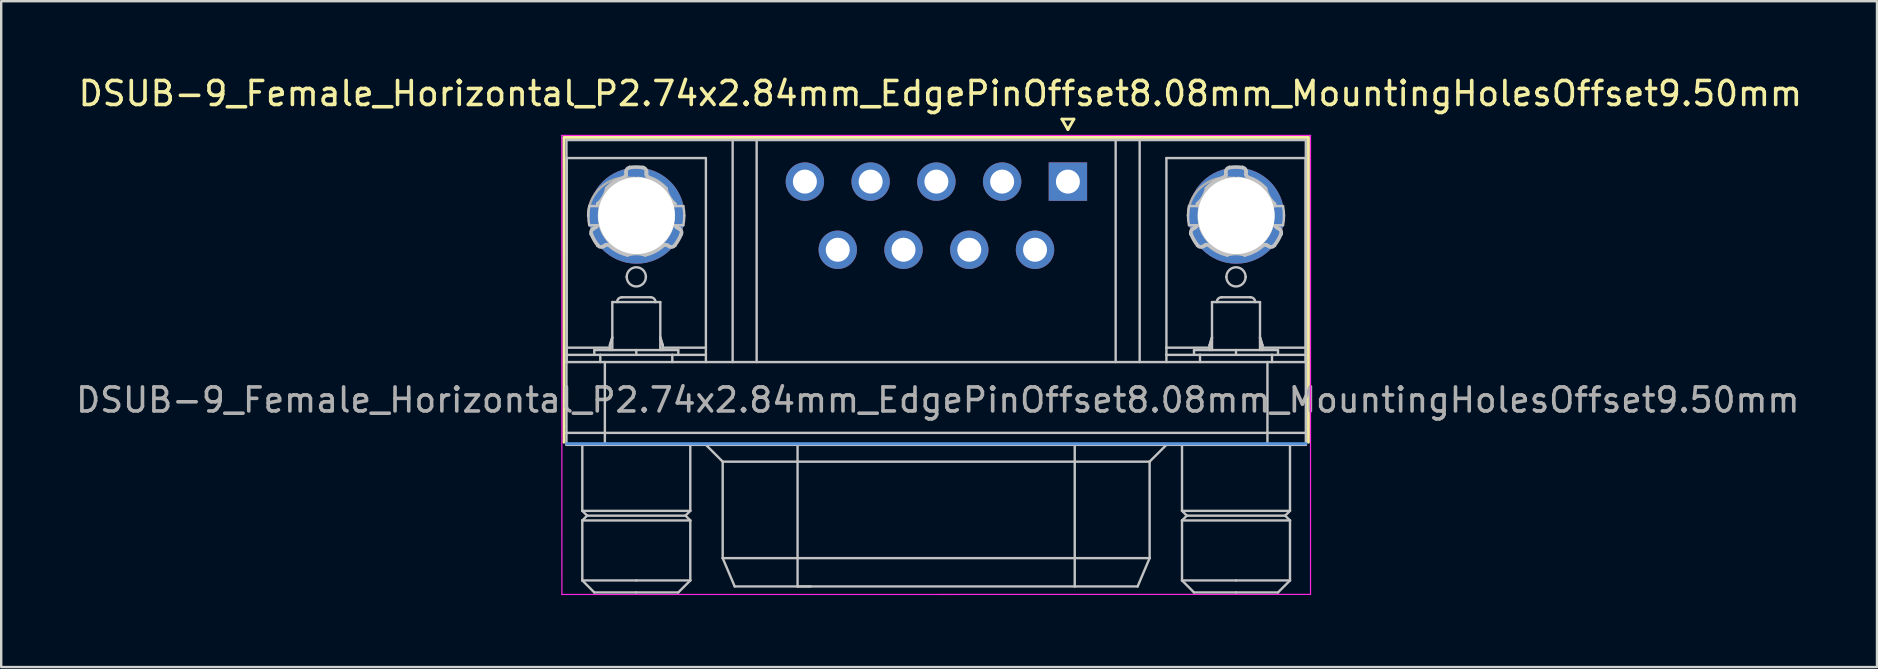
<source format=kicad_pcb>
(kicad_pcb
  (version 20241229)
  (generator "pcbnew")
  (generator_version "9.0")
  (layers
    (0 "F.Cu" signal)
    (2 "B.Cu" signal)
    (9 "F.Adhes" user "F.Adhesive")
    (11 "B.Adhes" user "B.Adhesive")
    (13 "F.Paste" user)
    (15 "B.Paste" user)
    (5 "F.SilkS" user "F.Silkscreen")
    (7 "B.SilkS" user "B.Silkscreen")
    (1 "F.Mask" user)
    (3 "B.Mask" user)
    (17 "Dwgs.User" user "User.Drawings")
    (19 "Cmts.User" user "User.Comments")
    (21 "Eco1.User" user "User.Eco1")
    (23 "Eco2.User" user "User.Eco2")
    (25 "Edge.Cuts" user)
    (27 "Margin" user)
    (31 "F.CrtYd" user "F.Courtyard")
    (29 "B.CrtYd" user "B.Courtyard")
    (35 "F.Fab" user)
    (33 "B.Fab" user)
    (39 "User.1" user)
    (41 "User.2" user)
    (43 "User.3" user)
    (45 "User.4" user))
  (footprint "DSUB-9_Female_Horizontal_P2.74x2.84mm_EdgePinOffset8.08mm_MountingHolesOffset9.50mm"
    (layer "F.Cu")
    (at 41.45 4.518)
    (property "Reference" "DSUB-9_Female_Horizontal_P2.74x2.84mm_EdgePinOffset8.08mm_MountingHolesOffset9.50mm" (at -5.315 -3.67 0) (layer "F.SilkS") (effects (font (size 1 1) (thickness 0.15))))
    (attr through_hole)
    (fp_line (start -21 -1.84) (end 10.025 -1.84) (stroke (width 0.12) (type solid)) (layer "F.SilkS"))
    (fp_line (start -21 10.86) (end -21.005 -1.84) (stroke (width 0.12) (type solid)) (layer "F.SilkS"))
    (fp_line (start -0.25 -2.604) (end 0.25 -2.604) (stroke (width 0.12) (type solid)) (layer "F.SilkS"))
    (fp_line (start 0 -2.171) (end -0.25 -2.604) (stroke (width 0.12) (type solid)) (layer "F.SilkS"))
    (fp_line (start 0.25 -2.604) (end 0 -2.171) (stroke (width 0.12) (type solid)) (layer "F.SilkS"))
    (fp_line (start 10.025 -1.84) (end 10.025 10.86) (stroke (width 0.12) (type solid)) (layer "F.SilkS"))
    (fp_line (start -20.895 -1.731) (end -20.895 7.519) (stroke (width 0.1) (type solid)) (layer "Dwgs.User"))
    (fp_line (start -20.895 -1.731) (end -13.97 -1.731) (stroke (width 0.1) (type solid)) (layer "Dwgs.User"))
    (fp_line (start -20.895 7.519) (end -20.895 10.469) (stroke (width 0.1) (type solid)) (layer "Dwgs.User"))
    (fp_line (start -20.895 7.519) (end -19.295 7.519) (stroke (width 0.1) (type solid)) (layer "Dwgs.User"))
    (fp_line (start -20.895 10.469) (end -20.895 10.969) (stroke (width 0.1) (type solid)) (layer "Dwgs.User"))
    (fp_line (start -20.885 -0.981) (end -15.085 -0.981) (stroke (width 0.1) (type solid)) (layer "Dwgs.User"))
    (fp_line (start -20.885 6.919) (end -20.885 -0.981) (stroke (width 0.1) (type solid)) (layer "Dwgs.User"))
    (fp_line (start -20.885 7.219) (end -20.885 6.919) (stroke (width 0.1) (type solid)) (layer "Dwgs.User"))
    (fp_line (start -20.885 7.219) (end -20.885 7.519) (stroke (width 0.1) (type solid)) (layer "Dwgs.User"))
    (fp_line (start -20.885 7.219) (end -19.485 7.219) (stroke (width 0.1) (type solid)) (layer "Dwgs.User"))
    (fp_line (start -20.235 10.969) (end -20.235 13.719) (stroke (width 0.1) (type solid)) (layer "Dwgs.User"))
    (fp_line (start -20.235 14.119) (end -20.235 16.619) (stroke (width 0.1) (type solid)) (layer "Dwgs.User"))
    (fp_line (start -20.235 14.119) (end -20.035 13.919) (stroke (width 0.1) (type solid)) (layer "Dwgs.User"))
    (fp_line (start -20.235 14.119) (end -15.735 14.119) (stroke (width 0.1) (type solid)) (layer "Dwgs.User"))
    (fp_line (start -20.035 13.919) (end -20.235 13.719) (stroke (width 0.1) (type solid)) (layer "Dwgs.User"))
    (fp_line (start -20.035 13.919) (end -15.935 13.919) (stroke (width 0.1) (type solid)) (layer "Dwgs.User"))
    (fp_line (start -19.945 1.819) (end -19.488 1.819) (stroke (width 0.1) (type solid)) (layer "Dwgs.User"))
    (fp_line (start -19.836 2.176) (end -19.883 2.195) (stroke (width 0.1) (type solid)) (layer "Dwgs.User"))
    (fp_line (start -19.797 1.946) (end -19.694 1.886) (stroke (width 0.1) (type solid)) (layer "Dwgs.User"))
    (fp_line (start -19.772 1.989) (end -19.797 1.946) (stroke (width 0.1) (type solid)) (layer "Dwgs.User"))
    (fp_line (start -19.772 1.989) (end -19.669 1.929) (stroke (width 0.1) (type solid)) (layer "Dwgs.User"))
    (fp_line (start -19.735 7.019) (end -17.985 7.019) (stroke (width 0.1) (type solid)) (layer "Dwgs.User"))
    (fp_line (start -19.735 7.219) (end -19.735 7.019) (stroke (width 0.1) (type solid)) (layer "Dwgs.User"))
    (fp_line (start -19.735 17.119) (end -20.235 16.619) (stroke (width 0.1) (type solid)) (layer "Dwgs.User"))
    (fp_line (start -19.694 1.886) (end -19.669 1.929) (stroke (width 0.1) (type solid)) (layer "Dwgs.User"))
    (fp_line (start -19.623 1.887) (end -19.669 1.929) (stroke (width 0.1) (type solid)) (layer "Dwgs.User"))
    (fp_line (start -19.607 0.908) (end -19.563 0.936) (stroke (width 0.1) (type solid)) (layer "Dwgs.User"))
    (fp_line (start -19.595 1.819) (end -19.597 1.83) (stroke (width 0.1) (type solid)) (layer "Dwgs.User"))
    (fp_line (start -19.566 2.644) (end -19.606 2.674) (stroke (width 0.1) (type solid)) (layer "Dwgs.User"))
    (fp_line (start -19.488 1.019) (end -19.945 1.019) (stroke (width 0.1) (type solid)) (layer "Dwgs.User"))
    (fp_line (start -19.488 1.019) (end -19.248 1.019) (stroke (width 0.1) (type solid)) (layer "Dwgs.User"))
    (fp_line (start -19.485 7.219) (end -19.485 7.519) (stroke (width 0.1) (type solid)) (layer "Dwgs.User"))
    (fp_line (start -19.485 7.219) (end -16.485 7.219) (stroke (width 0.1) (type solid)) (layer "Dwgs.User"))
    (fp_line (start -19.372 2.682) (end -19.269 2.622) (stroke (width 0.1) (type solid)) (layer "Dwgs.User"))
    (fp_line (start -19.369 0.668) (end -19.432 0.797) (stroke (width 0.1) (type solid)) (layer "Dwgs.User"))
    (fp_line (start -19.358 0.648) (end -19.36 0.65) (stroke (width 0.1) (type solid)) (layer "Dwgs.User"))
    (fp_line (start -19.347 2.725) (end -19.372 2.682) (stroke (width 0.1) (type solid)) (layer "Dwgs.User"))
    (fp_line (start -19.31 1.443) (end -19.309 1.463) (stroke (width 0.1) (type solid)) (layer "Dwgs.User"))
    (fp_line (start -19.309 1.468) (end -19.308 1.492) (stroke (width 0.1) (type solid)) (layer "Dwgs.User"))
    (fp_line (start -19.307 1.336) (end -19.307 1.336) (stroke (width 0.1) (type solid)) (layer "Dwgs.User"))
    (fp_line (start -19.295 7.519) (end 8.315 7.519) (stroke (width 0.1) (type solid)) (layer "Dwgs.User"))
    (fp_line (start -19.295 10.469) (end -20.895 10.469) (stroke (width 0.1) (type solid)) (layer "Dwgs.User"))
    (fp_line (start -19.295 10.469) (end -19.295 7.519) (stroke (width 0.1) (type solid)) (layer "Dwgs.User"))
    (fp_line (start -19.295 10.469) (end 8.315 10.469) (stroke (width 0.1) (type solid)) (layer "Dwgs.User"))
    (fp_line (start -19.295 10.969) (end -20.895 10.969) (stroke (width 0.1) (type solid)) (layer "Dwgs.User"))
    (fp_line (start -19.295 10.969) (end -19.295 10.469) (stroke (width 0.1) (type solid)) (layer "Dwgs.User"))
    (fp_line (start -19.283 1.152) (end -19.283 1.152) (stroke (width 0.1) (type solid)) (layer "Dwgs.User"))
    (fp_line (start -19.283 1.152) (end -19.283 1.152) (stroke (width 0.1) (type solid)) (layer "Dwgs.User"))
    (fp_line (start -19.273 1.512) (end -19.308 1.492) (stroke (width 0.1) (type solid)) (layer "Dwgs.User"))
    (fp_line (start -19.273 1.512) (end -19.182 1.477) (stroke (width 0.1) (type solid)) (layer "Dwgs.User"))
    (fp_line (start -19.273 1.512) (end -18.549 0.257) (stroke (width 0.1) (type solid)) (layer "Dwgs.User"))
    (fp_line (start -19.269 2.622) (end -19.372 2.682) (stroke (width 0.1) (type solid)) (layer "Dwgs.User"))
    (fp_line (start -19.269 2.622) (end -19.244 2.666) (stroke (width 0.1) (type solid)) (layer "Dwgs.User"))
    (fp_line (start -19.269 2.622) (end -19.21 2.603) (stroke (width 0.1) (type solid)) (layer "Dwgs.User"))
    (fp_line (start -19.263 1.07) (end -19.308 1.339) (stroke (width 0.1) (type solid)) (layer "Dwgs.User"))
    (fp_line (start -19.248 1.019) (end -19.488 1.019) (stroke (width 0.1) (type solid)) (layer "Dwgs.User"))
    (fp_line (start -19.248 1.819) (end -19.488 1.819) (stroke (width 0.1) (type solid)) (layer "Dwgs.User"))
    (fp_line (start -19.248 1.819) (end -19.488 1.819) (stroke (width 0.1) (type solid)) (layer "Dwgs.User"))
    (fp_line (start -19.247 0.477) (end -19.347 0.628) (stroke (width 0.1) (type solid)) (layer "Dwgs.User"))
    (fp_line (start -19.245 1.008) (end -19.244 1.007) (stroke (width 0.1) (type solid)) (layer "Dwgs.User"))
    (fp_line (start -19.244 2.666) (end -19.347 2.725) (stroke (width 0.1) (type solid)) (layer "Dwgs.User"))
    (fp_line (start -19.244 1.005) (end -19.245 1.008) (stroke (width 0.1) (type solid)) (layer "Dwgs.User"))
    (fp_line (start -19.243 1.003) (end -19.245 1.008) (stroke (width 0.1) (type solid)) (layer "Dwgs.User"))
    (fp_line (start -19.238 0.989) (end -19.241 0.998) (stroke (width 0.1) (type solid)) (layer "Dwgs.User"))
    (fp_line (start -19.238 0.27) (end -19.192 0.294) (stroke (width 0.1) (type solid)) (layer "Dwgs.User"))
    (fp_line (start -19.237 0.987) (end -19.238 0.987) (stroke (width 0.1) (type solid)) (layer "Dwgs.User"))
    (fp_line (start -19.23 0.964) (end -19.231 0.969) (stroke (width 0.1) (type solid)) (layer "Dwgs.User"))
    (fp_line (start -19.215 0.927) (end -19.217 0.931) (stroke (width 0.1) (type solid)) (layer "Dwgs.User"))
    (fp_line (start -19.205 0.903) (end -19.216 0.928) (stroke (width 0.1) (type solid)) (layer "Dwgs.User"))
    (fp_line (start -19.193 0.874) (end -19.205 0.902) (stroke (width 0.1) (type solid)) (layer "Dwgs.User"))
    (fp_line (start -19.188 0.863) (end -19.196 0.881) (stroke (width 0.1) (type solid)) (layer "Dwgs.User"))
    (fp_line (start -19.181 1.476) (end -19.182 1.477) (stroke (width 0.1) (type solid)) (layer "Dwgs.User"))
    (fp_line (start -19.181 1.476) (end -19.181 1.476) (stroke (width 0.1) (type solid)) (layer "Dwgs.User"))
    (fp_line (start -19.179 0.844) (end -19.192 0.873) (stroke (width 0.1) (type solid)) (layer "Dwgs.User"))
    (fp_line (start -19.164 0.815) (end -19.177 0.841) (stroke (width 0.1) (type solid)) (layer "Dwgs.User"))
    (fp_line (start -19.149 0.786) (end -19.151 0.79) (stroke (width 0.1) (type solid)) (layer "Dwgs.User"))
    (fp_line (start -19.148 2.61) (end -19.1 2.636) (stroke (width 0.1) (type solid)) (layer "Dwgs.User"))
    (fp_line (start -19.121 0.737) (end -19.133 0.758) (stroke (width 0.1) (type solid)) (layer "Dwgs.User"))
    (fp_line (start -19.117 0.731) (end -19.174 0.834) (stroke (width 0.1) (type solid)) (layer "Dwgs.User"))
    (fp_line (start -19.11 1.353) (end -18.959 1.366) (stroke (width 0.1) (type solid)) (layer "Dwgs.User"))
    (fp_line (start -19.094 2.641) (end -19.127 2.678) (stroke (width 0.1) (type solid)) (layer "Dwgs.User"))
    (fp_line (start -19.085 6.819) (end -19.085 6.919) (stroke (width 0.1) (type solid)) (layer "Dwgs.User"))
    (fp_line (start -19.085 6.819) (end -18.985 6.492) (stroke (width 0.1) (type solid)) (layer "Dwgs.User"))
    (fp_line (start -19.085 6.919) (end -20.885 6.919) (stroke (width 0.1) (type solid)) (layer "Dwgs.User"))
    (fp_line (start -19.085 6.919) (end -19.085 7.019) (stroke (width 0.1) (type solid)) (layer "Dwgs.User"))
    (fp_line (start -19.084 0.679) (end -19.113 0.724) (stroke (width 0.1) (type solid)) (layer "Dwgs.User"))
    (fp_line (start -19.064 0.649) (end -19.082 0.675) (stroke (width 0.1) (type solid)) (layer "Dwgs.User"))
    (fp_line (start -19.053 0.635) (end -19.063 0.649) (stroke (width 0.1) (type solid)) (layer "Dwgs.User"))
    (fp_line (start -19.044 0.623) (end -19.063 0.648) (stroke (width 0.1) (type solid)) (layer "Dwgs.User"))
    (fp_line (start -19.031 0.605) (end -19.184 0.854) (stroke (width 0.1) (type solid)) (layer "Dwgs.User"))
    (fp_line (start -18.996 0.563) (end -19 0.567) (stroke (width 0.1) (type solid)) (layer "Dwgs.User"))
    (fp_line (start -18.985 0.55) (end -19.042 0.62) (stroke (width 0.1) (type solid)) (layer "Dwgs.User"))
    (fp_line (start -18.985 5.019) (end -18.985 7.019) (stroke (width 0.1) (type solid)) (layer "Dwgs.User"))
    (fp_line (start -18.985 5.019) (end -16.985 5.019) (stroke (width 0.1) (type solid)) (layer "Dwgs.User"))
    (fp_line (start -18.985 6.493) (end -19.085 6.819) (stroke (width 0.1) (type solid)) (layer "Dwgs.User"))
    (fp_line (start -18.977 0.541) (end -18.984 0.548) (stroke (width 0.1) (type solid)) (layer "Dwgs.User"))
    (fp_line (start -18.971 0.534) (end -18.971 0.534) (stroke (width 0.1) (type solid)) (layer "Dwgs.User"))
    (fp_line (start -18.971 0.534) (end -18.973 0.536) (stroke (width 0.1) (type solid)) (layer "Dwgs.User"))
    (fp_line (start -18.971 0.534) (end -18.974 0.537) (stroke (width 0.1) (type solid)) (layer "Dwgs.User"))
    (fp_line (start -18.945 1.366) (end -18.959 1.366) (stroke (width 0.1) (type solid)) (layer "Dwgs.User"))
    (fp_line (start -18.891 0.452) (end -18.891 0.452) (stroke (width 0.1) (type solid)) (layer "Dwgs.User"))
    (fp_line (start -18.865 0.428) (end -18.865 0.428) (stroke (width 0.1) (type solid)) (layer "Dwgs.User"))
    (fp_line (start -18.865 0.428) (end -18.865 0.428) (stroke (width 0.1) (type solid)) (layer "Dwgs.User"))
    (fp_line (start -18.827 0.396) (end -19.018 0.589) (stroke (width 0.1) (type solid)) (layer "Dwgs.User"))
    (fp_line (start -18.718 0.315) (end -18.718 0.315) (stroke (width 0.1) (type solid)) (layer "Dwgs.User"))
    (fp_line (start -18.71 2.528) (end -18.71 2.488) (stroke (width 0.1) (type solid)) (layer "Dwgs.User"))
    (fp_line (start -18.71 2.528) (end -18.459 2.656) (stroke (width 0.1) (type solid)) (layer "Dwgs.User"))
    (fp_line (start -18.633 2.426) (end -18.71 2.488) (stroke (width 0.1) (type solid)) (layer "Dwgs.User"))
    (fp_line (start -18.633 2.426) (end -17.337 2.426) (stroke (width 0.1) (type solid)) (layer "Dwgs.User"))
    (fp_line (start -18.633 2.426) (end -17.337 2.426) (stroke (width 0.1) (type solid)) (layer "Dwgs.User"))
    (fp_line (start -18.633 2.426) (end -18.633 2.426) (stroke (width 0.1) (type solid)) (layer "Dwgs.User"))
    (fp_line (start -18.633 2.426) (end -18.633 2.426) (stroke (width 0.1) (type solid)) (layer "Dwgs.User"))
    (fp_line (start -18.585 4.819) (end -17.385 4.819) (stroke (width 0.1) (type solid)) (layer "Dwgs.User"))
    (fp_line (start -18.583 0.237) (end -18.811 0.383) (stroke (width 0.1) (type solid)) (layer "Dwgs.User"))
    (fp_line (start -18.583 0.237) (end -18.549 0.257) (stroke (width 0.1) (type solid)) (layer "Dwgs.User"))
    (fp_line (start -18.574 2.606) (end -18.574 2.606) (stroke (width 0.1) (type solid)) (layer "Dwgs.User"))
    (fp_line (start -18.534 0.354) (end -18.533 0.354) (stroke (width 0.1) (type solid)) (layer "Dwgs.User"))
    (fp_line (start -18.533 0.354) (end -18.533 0.354) (stroke (width 0.1) (type solid)) (layer "Dwgs.User"))
    (fp_line (start -18.533 0.354) (end -19.181 1.476) (stroke (width 0.1) (type solid)) (layer "Dwgs.User"))
    (fp_line (start -18.533 0.354) (end -19.182 1.477) (stroke (width 0.1) (type solid)) (layer "Dwgs.User"))
    (fp_line (start -18.533 0.354) (end -18.549 0.257) (stroke (width 0.1) (type solid)) (layer "Dwgs.User"))
    (fp_line (start -18.518 0.602) (end -18.605 0.478) (stroke (width 0.1) (type solid)) (layer "Dwgs.User"))
    (fp_line (start -18.518 0.602) (end -18.511 0.614) (stroke (width 0.1) (type solid)) (layer "Dwgs.User"))
    (fp_line (start -18.511 0.614) (end -18.945 1.366) (stroke (width 0.1) (type solid)) (layer "Dwgs.User"))
    (fp_line (start -18.489 -0.152) (end -18.504 -0.2) (stroke (width 0.1) (type solid)) (layer "Dwgs.User"))
    (fp_line (start -18.437 2.665) (end -18.131 2.736) (stroke (width 0.1) (type solid)) (layer "Dwgs.User"))
    (fp_line (start -18.435 -0.414) (end -18.435 -0.295) (stroke (width 0.1) (type solid)) (layer "Dwgs.User"))
    (fp_line (start -18.435 -0.414) (end -18.385 -0.414) (stroke (width 0.1) (type solid)) (layer "Dwgs.User"))
    (fp_line (start -18.435 -0.183) (end -18.481 -0.155) (stroke (width 0.1) (type solid)) (layer "Dwgs.User"))
    (fp_line (start -18.426 2.289) (end -18.49 2.426) (stroke (width 0.1) (type solid)) (layer "Dwgs.User"))
    (fp_line (start -18.426 2.289) (end -18.419 2.277) (stroke (width 0.1) (type solid)) (layer "Dwgs.User"))
    (fp_line (start -18.419 2.277) (end -17.551 2.277) (stroke (width 0.1) (type solid)) (layer "Dwgs.User"))
    (fp_line (start -18.403 2.676) (end -18.403 2.676) (stroke (width 0.1) (type solid)) (layer "Dwgs.User"))
    (fp_line (start -18.403 2.676) (end -18.403 2.676) (stroke (width 0.1) (type solid)) (layer "Dwgs.User"))
    (fp_line (start -18.385 -0.414) (end -18.385 -0.295) (stroke (width 0.1) (type solid)) (layer "Dwgs.User"))
    (fp_line (start -18.385 -0.295) (end -18.435 -0.295) (stroke (width 0.1) (type solid)) (layer "Dwgs.User"))
    (fp_line (start -18.385 -0.295) (end -18.398 -0.234) (stroke (width 0.1) (type solid)) (layer "Dwgs.User"))
    (fp_line (start -18.385 -0.295) (end -18.385 -0.414) (stroke (width 0.1) (type solid)) (layer "Dwgs.User"))
    (fp_line (start -18.37 2.687) (end -18.37 2.687) (stroke (width 0.1) (type solid)) (layer "Dwgs.User"))
    (fp_line (start -18.354 3.078) (end -18.356 3.027) (stroke (width 0.1) (type solid)) (layer "Dwgs.User"))
    (fp_line (start -18.259 2.715) (end -18.255 2.716) (stroke (width 0.1) (type solid)) (layer "Dwgs.User"))
    (fp_line (start -18.259 2.715) (end -18.256 2.716) (stroke (width 0.1) (type solid)) (layer "Dwgs.User"))
    (fp_line (start -18.258 2.715) (end -18.259 2.715) (stroke (width 0.1) (type solid)) (layer "Dwgs.User"))
    (fp_line (start -18.255 -0.563) (end -18.262 -0.612) (stroke (width 0.1) (type solid)) (layer "Dwgs.User"))
    (fp_line (start -18.252 2.717) (end -18.241 2.719) (stroke (width 0.1) (type solid)) (layer "Dwgs.User"))
    (fp_line (start -18.237 2.72) (end -18.148 2.734) (stroke (width 0.1) (type solid)) (layer "Dwgs.User"))
    (fp_line (start -18.222 2.723) (end -18.216 2.724) (stroke (width 0.1) (type solid)) (layer "Dwgs.User"))
    (fp_line (start -18.181 2.729) (end -18.18 2.73) (stroke (width 0.1) (type solid)) (layer "Dwgs.User"))
    (fp_line (start -18.145 2.734) (end -18.113 2.738) (stroke (width 0.1) (type solid)) (layer "Dwgs.User"))
    (fp_line (start -18.131 2.736) (end -18.115 2.738) (stroke (width 0.1) (type solid)) (layer "Dwgs.User"))
    (fp_line (start -18.117 2.737) (end -17.859 2.738) (stroke (width 0.1) (type solid)) (layer "Dwgs.User"))
    (fp_line (start -18.112 2.738) (end -18.081 2.74) (stroke (width 0.1) (type solid)) (layer "Dwgs.User"))
    (fp_line (start -18.076 2.741) (end -18.021 2.743) (stroke (width 0.1) (type solid)) (layer "Dwgs.User"))
    (fp_line (start -18.048 0.095) (end -18.06 -0.154) (stroke (width 0.1) (type solid)) (layer "Dwgs.User"))
    (fp_line (start -18.031 2.993) (end -17.989 2.994) (stroke (width 0.1) (type solid)) (layer "Dwgs.User"))
    (fp_line (start -18.017 2.744) (end -17.9 2.741) (stroke (width 0.1) (type solid)) (layer "Dwgs.User"))
    (fp_line (start -18.016 2.744) (end -17.983 2.744) (stroke (width 0.1) (type solid)) (layer "Dwgs.User"))
    (fp_line (start -17.985 7.019) (end -17.985 7.219) (stroke (width 0.1) (type solid)) (layer "Dwgs.User"))
    (fp_line (start -17.985 7.019) (end -16.235 7.019) (stroke (width 0.1) (type solid)) (layer "Dwgs.User"))
    (fp_line (start -17.985 16.619) (end -20.235 16.619) (stroke (width 0.1) (type solid)) (layer "Dwgs.User"))
    (fp_line (start -17.985 17.119) (end -19.735 17.119) (stroke (width 0.1) (type solid)) (layer "Dwgs.User"))
    (fp_line (start -17.966 2.994) (end -17.964 2.994) (stroke (width 0.1) (type solid)) (layer "Dwgs.User"))
    (fp_line (start -17.951 2.743) (end -17.946 2.743) (stroke (width 0.1) (type solid)) (layer "Dwgs.User"))
    (fp_line (start -17.943 2.993) (end -17.8 2.983) (stroke (width 0.1) (type solid)) (layer "Dwgs.User"))
    (fp_line (start -17.919 2.742) (end -17.89 2.741) (stroke (width 0.1) (type solid)) (layer "Dwgs.User"))
    (fp_line (start -17.91 -0.154) (end -17.922 0.095) (stroke (width 0.1) (type solid)) (layer "Dwgs.User"))
    (fp_line (start -17.886 2.74) (end -17.854 2.737) (stroke (width 0.1) (type solid)) (layer "Dwgs.User"))
    (fp_line (start -17.864 2.738) (end -17.844 2.736) (stroke (width 0.1) (type solid)) (layer "Dwgs.User"))
    (fp_line (start -17.853 2.737) (end -17.823 2.734) (stroke (width 0.1) (type solid)) (layer "Dwgs.User"))
    (fp_line (start -17.827 2.735) (end -17.533 2.665) (stroke (width 0.1) (type solid)) (layer "Dwgs.User"))
    (fp_line (start -17.822 2.734) (end -17.795 2.73) (stroke (width 0.1) (type solid)) (layer "Dwgs.User"))
    (fp_line (start -17.756 2.724) (end -17.751 2.723) (stroke (width 0.1) (type solid)) (layer "Dwgs.User"))
    (fp_line (start -17.733 2.72) (end -17.732 2.72) (stroke (width 0.1) (type solid)) (layer "Dwgs.User"))
    (fp_line (start -17.731 2.719) (end -17.721 2.717) (stroke (width 0.1) (type solid)) (layer "Dwgs.User"))
    (fp_line (start -17.716 2.716) (end -17.711 2.715) (stroke (width 0.1) (type solid)) (layer "Dwgs.User"))
    (fp_line (start -17.715 -0.563) (end -17.708 -0.612) (stroke (width 0.1) (type solid)) (layer "Dwgs.User"))
    (fp_line (start -17.714 2.716) (end -17.711 2.715) (stroke (width 0.1) (type solid)) (layer "Dwgs.User"))
    (fp_line (start -17.711 2.715) (end -17.712 2.715) (stroke (width 0.1) (type solid)) (layer "Dwgs.User"))
    (fp_line (start -17.616 3.078) (end -17.614 3.027) (stroke (width 0.1) (type solid)) (layer "Dwgs.User"))
    (fp_line (start -17.6 2.687) (end -17.6 2.687) (stroke (width 0.1) (type solid)) (layer "Dwgs.User"))
    (fp_line (start -17.585 -0.414) (end -17.585 -0.295) (stroke (width 0.1) (type solid)) (layer "Dwgs.User"))
    (fp_line (start -17.585 -0.414) (end -17.535 -0.414) (stroke (width 0.1) (type solid)) (layer "Dwgs.User"))
    (fp_line (start -17.585 -0.295) (end -17.585 -0.414) (stroke (width 0.1) (type solid)) (layer "Dwgs.User"))
    (fp_line (start -17.572 -0.234) (end -17.585 -0.295) (stroke (width 0.1) (type solid)) (layer "Dwgs.User"))
    (fp_line (start -17.567 2.676) (end -17.567 2.676) (stroke (width 0.1) (type solid)) (layer "Dwgs.User"))
    (fp_line (start -17.567 2.676) (end -17.567 2.676) (stroke (width 0.1) (type solid)) (layer "Dwgs.User"))
    (fp_line (start -17.551 2.277) (end -17.544 2.289) (stroke (width 0.1) (type solid)) (layer "Dwgs.User"))
    (fp_line (start -17.535 -0.295) (end -17.585 -0.295) (stroke (width 0.1) (type solid)) (layer "Dwgs.User"))
    (fp_line (start -17.535 -0.295) (end -17.535 -0.414) (stroke (width 0.1) (type solid)) (layer "Dwgs.User"))
    (fp_line (start -17.511 2.656) (end -17.26 2.528) (stroke (width 0.1) (type solid)) (layer "Dwgs.User"))
    (fp_line (start -17.481 -0.152) (end -17.535 -0.183) (stroke (width 0.1) (type solid)) (layer "Dwgs.User"))
    (fp_line (start -17.481 -0.152) (end -17.466 -0.2) (stroke (width 0.1) (type solid)) (layer "Dwgs.User"))
    (fp_line (start -17.48 2.426) (end -17.544 2.289) (stroke (width 0.1) (type solid)) (layer "Dwgs.User"))
    (fp_line (start -17.459 0.614) (end -17.452 0.602) (stroke (width 0.1) (type solid)) (layer "Dwgs.User"))
    (fp_line (start -17.437 0.354) (end -17.437 0.354) (stroke (width 0.1) (type solid)) (layer "Dwgs.User"))
    (fp_line (start -17.436 0.354) (end -17.437 0.354) (stroke (width 0.1) (type solid)) (layer "Dwgs.User"))
    (fp_line (start -17.421 0.257) (end -17.437 0.354) (stroke (width 0.1) (type solid)) (layer "Dwgs.User"))
    (fp_line (start -17.421 0.257) (end -17.387 0.237) (stroke (width 0.1) (type solid)) (layer "Dwgs.User"))
    (fp_line (start -17.421 0.257) (end -16.697 1.512) (stroke (width 0.1) (type solid)) (layer "Dwgs.User"))
    (fp_line (start -17.396 2.606) (end -17.396 2.606) (stroke (width 0.1) (type solid)) (layer "Dwgs.User"))
    (fp_line (start -17.365 0.478) (end -17.452 0.602) (stroke (width 0.1) (type solid)) (layer "Dwgs.User"))
    (fp_line (start -17.337 2.426) (end -17.337 2.426) (stroke (width 0.1) (type solid)) (layer "Dwgs.User"))
    (fp_line (start -17.337 2.426) (end -17.337 2.426) (stroke (width 0.1) (type solid)) (layer "Dwgs.User"))
    (fp_line (start -17.26 2.488) (end -18.71 2.488) (stroke (width 0.1) (type solid)) (layer "Dwgs.User"))
    (fp_line (start -17.26 2.488) (end -17.337 2.426) (stroke (width 0.1) (type solid)) (layer "Dwgs.User"))
    (fp_line (start -17.26 2.488) (end -17.26 2.528) (stroke (width 0.1) (type solid)) (layer "Dwgs.User"))
    (fp_line (start -17.252 0.315) (end -17.252 0.315) (stroke (width 0.1) (type solid)) (layer "Dwgs.User"))
    (fp_line (start -17.165 0.379) (end -17.387 0.237) (stroke (width 0.1) (type solid)) (layer "Dwgs.User"))
    (fp_line (start -17.105 0.428) (end -17.105 0.428) (stroke (width 0.1) (type solid)) (layer "Dwgs.User"))
    (fp_line (start -17.105 0.428) (end -17.105 0.428) (stroke (width 0.1) (type solid)) (layer "Dwgs.User"))
    (fp_line (start -17.079 0.452) (end -17.079 0.452) (stroke (width 0.1) (type solid)) (layer "Dwgs.User"))
    (fp_line (start -17.025 1.366) (end -17.459 0.614) (stroke (width 0.1) (type solid)) (layer "Dwgs.User"))
    (fp_line (start -17.011 1.366) (end -17.025 1.366) (stroke (width 0.1) (type solid)) (layer "Dwgs.User"))
    (fp_line (start -16.999 0.534) (end -16.999 0.534) (stroke (width 0.1) (type solid)) (layer "Dwgs.User"))
    (fp_line (start -16.997 0.536) (end -16.999 0.534) (stroke (width 0.1) (type solid)) (layer "Dwgs.User"))
    (fp_line (start -16.996 0.537) (end -16.999 0.534) (stroke (width 0.1) (type solid)) (layer "Dwgs.User"))
    (fp_line (start -16.986 0.548) (end -16.993 0.541) (stroke (width 0.1) (type solid)) (layer "Dwgs.User"))
    (fp_line (start -16.985 5.019) (end -16.985 7.019) (stroke (width 0.1) (type solid)) (layer "Dwgs.User"))
    (fp_line (start -16.985 6.492) (end -16.885 6.819) (stroke (width 0.1) (type solid)) (layer "Dwgs.User"))
    (fp_line (start -16.984 0.55) (end -16.985 0.55) (stroke (width 0.1) (type solid)) (layer "Dwgs.User"))
    (fp_line (start -16.97 0.567) (end -16.973 0.563) (stroke (width 0.1) (type solid)) (layer "Dwgs.User"))
    (fp_line (start -16.952 0.589) (end -17.143 0.396) (stroke (width 0.1) (type solid)) (layer "Dwgs.User"))
    (fp_line (start -16.945 0.598) (end -16.948 0.594) (stroke (width 0.1) (type solid)) (layer "Dwgs.User"))
    (fp_line (start -16.928 0.619) (end -16.945 0.598) (stroke (width 0.1) (type solid)) (layer "Dwgs.User"))
    (fp_line (start -16.909 0.646) (end -16.927 0.621) (stroke (width 0.1) (type solid)) (layer "Dwgs.User"))
    (fp_line (start -16.906 0.65) (end -16.916 0.636) (stroke (width 0.1) (type solid)) (layer "Dwgs.User"))
    (fp_line (start -16.89 0.672) (end -16.909 0.646) (stroke (width 0.1) (type solid)) (layer "Dwgs.User"))
    (fp_line (start -16.885 6.819) (end -16.985 6.493) (stroke (width 0.1) (type solid)) (layer "Dwgs.User"))
    (fp_line (start -16.885 6.819) (end -16.885 6.919) (stroke (width 0.1) (type solid)) (layer "Dwgs.User"))
    (fp_line (start -16.885 7.019) (end -16.885 6.919) (stroke (width 0.1) (type solid)) (layer "Dwgs.User"))
    (fp_line (start -16.876 2.641) (end -16.843 2.678) (stroke (width 0.1) (type solid)) (layer "Dwgs.User"))
    (fp_line (start -16.876 2.641) (end -16.823 2.61) (stroke (width 0.1) (type solid)) (layer "Dwgs.User"))
    (fp_line (start -16.872 0.699) (end -16.89 0.673) (stroke (width 0.1) (type solid)) (layer "Dwgs.User"))
    (fp_line (start -16.86 1.353) (end -17.011 1.366) (stroke (width 0.1) (type solid)) (layer "Dwgs.User"))
    (fp_line (start -16.826 0.777) (end -16.886 0.679) (stroke (width 0.1) (type solid)) (layer "Dwgs.User"))
    (fp_line (start -16.796 0.834) (end -16.822 0.785) (stroke (width 0.1) (type solid)) (layer "Dwgs.User"))
    (fp_line (start -16.789 1.476) (end -16.789 1.476) (stroke (width 0.1) (type solid)) (layer "Dwgs.User"))
    (fp_line (start -16.789 1.476) (end -16.788 1.477) (stroke (width 0.1) (type solid)) (layer "Dwgs.User"))
    (fp_line (start -16.789 1.476) (end -17.437 0.354) (stroke (width 0.1) (type solid)) (layer "Dwgs.User"))
    (fp_line (start -16.788 1.477) (end -17.437 0.354) (stroke (width 0.1) (type solid)) (layer "Dwgs.User"))
    (fp_line (start -16.788 1.477) (end -16.697 1.512) (stroke (width 0.1) (type solid)) (layer "Dwgs.User"))
    (fp_line (start -16.786 0.854) (end -16.939 0.605) (stroke (width 0.1) (type solid)) (layer "Dwgs.User"))
    (fp_line (start -16.779 0.871) (end -16.793 0.841) (stroke (width 0.1) (type solid)) (layer "Dwgs.User"))
    (fp_line (start -16.773 0.883) (end -16.782 0.865) (stroke (width 0.1) (type solid)) (layer "Dwgs.User"))
    (fp_line (start -16.766 0.9) (end -16.779 0.871) (stroke (width 0.1) (type solid)) (layer "Dwgs.User"))
    (fp_line (start -16.76 2.603) (end -16.701 2.622) (stroke (width 0.1) (type solid)) (layer "Dwgs.User"))
    (fp_line (start -16.755 0.926) (end -16.765 0.901) (stroke (width 0.1) (type solid)) (layer "Dwgs.User"))
    (fp_line (start -16.738 0.97) (end -16.74 0.965) (stroke (width 0.1) (type solid)) (layer "Dwgs.User"))
    (fp_line (start -16.738 0.972) (end -16.745 0.952) (stroke (width 0.1) (type solid)) (layer "Dwgs.User"))
    (fp_line (start -16.732 0.27) (end -16.778 0.294) (stroke (width 0.1) (type solid)) (layer "Dwgs.User"))
    (fp_line (start -16.729 0.998) (end -16.732 0.989) (stroke (width 0.1) (type solid)) (layer "Dwgs.User"))
    (fp_line (start -16.726 2.666) (end -16.701 2.622) (stroke (width 0.1) (type solid)) (layer "Dwgs.User"))
    (fp_line (start -16.726 1.007) (end -16.725 1.008) (stroke (width 0.1) (type solid)) (layer "Dwgs.User"))
    (fp_line (start -16.725 1.008) (end -16.726 1.005) (stroke (width 0.1) (type solid)) (layer "Dwgs.User"))
    (fp_line (start -16.725 1.008) (end -16.727 1.003) (stroke (width 0.1) (type solid)) (layer "Dwgs.User"))
    (fp_line (start -16.722 1.019) (end -16.482 1.019) (stroke (width 0.1) (type solid)) (layer "Dwgs.User"))
    (fp_line (start -16.722 1.019) (end -16.482 1.019) (stroke (width 0.1) (type solid)) (layer "Dwgs.User"))
    (fp_line (start -16.722 1.819) (end -16.482 1.819) (stroke (width 0.1) (type solid)) (layer "Dwgs.User"))
    (fp_line (start -16.701 2.622) (end -16.598 2.682) (stroke (width 0.1) (type solid)) (layer "Dwgs.User"))
    (fp_line (start -16.687 1.152) (end -16.687 1.152) (stroke (width 0.1) (type solid)) (layer "Dwgs.User"))
    (fp_line (start -16.687 1.152) (end -16.687 1.152) (stroke (width 0.1) (type solid)) (layer "Dwgs.User"))
    (fp_line (start -16.664 1.322) (end -16.707 1.07) (stroke (width 0.1) (type solid)) (layer "Dwgs.User"))
    (fp_line (start -16.662 1.492) (end -16.697 1.512) (stroke (width 0.1) (type solid)) (layer "Dwgs.User"))
    (fp_line (start -16.662 1.492) (end -16.661 1.474) (stroke (width 0.1) (type solid)) (layer "Dwgs.User"))
    (fp_line (start -16.661 1.468) (end -16.66 1.443) (stroke (width 0.1) (type solid)) (layer "Dwgs.User"))
    (fp_line (start -16.642 0.595) (end -16.723 0.477) (stroke (width 0.1) (type solid)) (layer "Dwgs.User"))
    (fp_line (start -16.631 0.615) (end -16.632 0.613) (stroke (width 0.1) (type solid)) (layer "Dwgs.User"))
    (fp_line (start -16.623 2.725) (end -16.726 2.666) (stroke (width 0.1) (type solid)) (layer "Dwgs.User"))
    (fp_line (start -16.598 2.682) (end -16.701 2.622) (stroke (width 0.1) (type solid)) (layer "Dwgs.User"))
    (fp_line (start -16.598 2.682) (end -16.623 2.725) (stroke (width 0.1) (type solid)) (layer "Dwgs.User"))
    (fp_line (start -16.538 0.797) (end -16.619 0.635) (stroke (width 0.1) (type solid)) (layer "Dwgs.User"))
    (fp_line (start -16.485 7.219) (end -16.485 7.519) (stroke (width 0.1) (type solid)) (layer "Dwgs.User"))
    (fp_line (start -16.485 7.219) (end -15.085 7.219) (stroke (width 0.1) (type solid)) (layer "Dwgs.User"))
    (fp_line (start -16.482 1.819) (end -16.722 1.819) (stroke (width 0.1) (type solid)) (layer "Dwgs.User"))
    (fp_line (start -16.482 1.819) (end -16.025 1.819) (stroke (width 0.1) (type solid)) (layer "Dwgs.User"))
    (fp_line (start -16.404 2.644) (end -16.364 2.674) (stroke (width 0.1) (type solid)) (layer "Dwgs.User"))
    (fp_line (start -16.372 1.83) (end -16.375 1.819) (stroke (width 0.1) (type solid)) (layer "Dwgs.User"))
    (fp_line (start -16.363 0.908) (end -16.407 0.936) (stroke (width 0.1) (type solid)) (layer "Dwgs.User"))
    (fp_line (start -16.301 1.929) (end -16.347 1.888) (stroke (width 0.1) (type solid)) (layer "Dwgs.User"))
    (fp_line (start -16.301 1.929) (end -16.276 1.886) (stroke (width 0.1) (type solid)) (layer "Dwgs.User"))
    (fp_line (start -16.301 1.929) (end -16.198 1.989) (stroke (width 0.1) (type solid)) (layer "Dwgs.User"))
    (fp_line (start -16.276 1.886) (end -16.173 1.946) (stroke (width 0.1) (type solid)) (layer "Dwgs.User"))
    (fp_line (start -16.235 7.219) (end -16.235 7.019) (stroke (width 0.1) (type solid)) (layer "Dwgs.User"))
    (fp_line (start -16.235 17.119) (end -17.985 17.119) (stroke (width 0.1) (type solid)) (layer "Dwgs.User"))
    (fp_line (start -16.235 17.119) (end -15.735 16.619) (stroke (width 0.1) (type solid)) (layer "Dwgs.User"))
    (fp_line (start -16.198 1.989) (end -16.301 1.929) (stroke (width 0.1) (type solid)) (layer "Dwgs.User"))
    (fp_line (start -16.173 1.946) (end -16.198 1.989) (stroke (width 0.1) (type solid)) (layer "Dwgs.User"))
    (fp_line (start -16.134 2.176) (end -16.087 2.195) (stroke (width 0.1) (type solid)) (layer "Dwgs.User"))
    (fp_line (start -16.025 1.019) (end -16.482 1.019) (stroke (width 0.1) (type solid)) (layer "Dwgs.User"))
    (fp_line (start -15.935 13.919) (end -15.735 13.719) (stroke (width 0.1) (type solid)) (layer "Dwgs.User"))
    (fp_line (start -15.735 10.969) (end -15.735 13.719) (stroke (width 0.1) (type solid)) (layer "Dwgs.User"))
    (fp_line (start -15.735 13.719) (end -20.235 13.719) (stroke (width 0.1) (type solid)) (layer "Dwgs.User"))
    (fp_line (start -15.735 14.119) (end -15.935 13.919) (stroke (width 0.1) (type solid)) (layer "Dwgs.User"))
    (fp_line (start -15.735 14.119) (end -15.735 16.619) (stroke (width 0.1) (type solid)) (layer "Dwgs.User"))
    (fp_line (start -15.735 16.619) (end -17.985 16.619) (stroke (width 0.1) (type solid)) (layer "Dwgs.User"))
    (fp_line (start -15.085 6.919) (end -16.885 6.919) (stroke (width 0.1) (type solid)) (layer "Dwgs.User"))
    (fp_line (start -15.085 6.919) (end -15.085 -0.981) (stroke (width 0.1) (type solid)) (layer "Dwgs.User"))
    (fp_line (start -15.085 6.919) (end -15.085 7.219) (stroke (width 0.1) (type solid)) (layer "Dwgs.User"))
    (fp_line (start -15.085 7.219) (end -15.085 7.519) (stroke (width 0.1) (type solid)) (layer "Dwgs.User"))
    (fp_line (start -14.385 11.669) (end -15.085 10.969) (stroke (width 0.1) (type solid)) (layer "Dwgs.User"))
    (fp_line (start -14.385 11.669) (end -11.265 11.669) (stroke (width 0.1) (type solid)) (layer "Dwgs.User"))
    (fp_line (start -14.385 15.69) (end -14.385 11.669) (stroke (width 0.1) (type solid)) (layer "Dwgs.User"))
    (fp_line (start -14.385 15.69) (end -13.885 16.869) (stroke (width 0.1) (type solid)) (layer "Dwgs.User"))
    (fp_line (start -13.97 -1.731) (end -13.97 7.519) (stroke (width 0.1) (type solid)) (layer "Dwgs.User"))
    (fp_line (start -13.97 -1.731) (end -12.97 -1.731) (stroke (width 0.1) (type solid)) (layer "Dwgs.User"))
    (fp_line (start -13.885 16.869) (end -11.265 16.869) (stroke (width 0.1) (type solid)) (layer "Dwgs.User"))
    (fp_line (start -12.97 -1.731) (end 1.99 -1.731) (stroke (width 0.1) (type solid)) (layer "Dwgs.User"))
    (fp_line (start -12.97 7.519) (end -12.97 -1.731) (stroke (width 0.1) (type solid)) (layer "Dwgs.User"))
    (fp_line (start -11.265 11.669) (end -11.265 10.969) (stroke (width 0.1) (type solid)) (layer "Dwgs.User"))
    (fp_line (start -11.265 11.669) (end 0.285 11.669) (stroke (width 0.1) (type solid)) (layer "Dwgs.User"))
    (fp_line (start -11.265 16.869) (end -11.265 15.69) (stroke (width 0.1) (type solid)) (layer "Dwgs.User"))
    (fp_line (start -11.265 15.69) (end -14.385 15.69) (stroke (width 0.1) (type solid)) (layer "Dwgs.User"))
    (fp_line (start -11.265 15.69) (end -11.265 11.669) (stroke (width 0.1) (type solid)) (layer "Dwgs.User"))
    (fp_line (start -11.265 16.869) (end 0.285 16.869) (stroke (width 0.1) (type solid)) (layer "Dwgs.User"))
    (fp_line (start -10.717 16.869) (end -11.265 16.869) (stroke (width 0.1) (type solid)) (layer "Dwgs.User"))
    (fp_line (start 0.285 11.669) (end 0.285 15.69) (stroke (width 0.1) (type solid)) (layer "Dwgs.User"))
    (fp_line (start 0.285 11.669) (end 3.405 11.669) (stroke (width 0.1) (type solid)) (layer "Dwgs.User"))
    (fp_line (start 0.285 15.69) (end -11.265 15.69) (stroke (width 0.1) (type solid)) (layer "Dwgs.User"))
    (fp_line (start 0.285 16.869) (end 2.905 16.869) (stroke (width 0.1) (type solid)) (layer "Dwgs.User"))
    (fp_line (start 0.285 10.969) (end 0.285 11.669) (stroke (width 0.1) (type solid)) (layer "Dwgs.User"))
    (fp_line (start 0.285 15.69) (end 0.285 16.869) (stroke (width 0.1) (type solid)) (layer "Dwgs.User"))
    (fp_line (start 1.99 -1.731) (end 1.99 7.519) (stroke (width 0.1) (type solid)) (layer "Dwgs.User"))
    (fp_line (start 1.99 -1.731) (end 2.99 -1.731) (stroke (width 0.1) (type solid)) (layer "Dwgs.User"))
    (fp_line (start 2.99 -1.731) (end 9.915 -1.731) (stroke (width 0.1) (type solid)) (layer "Dwgs.User"))
    (fp_line (start 2.99 7.519) (end 2.99 -1.731) (stroke (width 0.1) (type solid)) (layer "Dwgs.User"))
    (fp_line (start 3.405 11.669) (end 4.105 10.969) (stroke (width 0.1) (type solid)) (layer "Dwgs.User"))
    (fp_line (start 3.405 15.69) (end 0.285 15.69) (stroke (width 0.1) (type solid)) (layer "Dwgs.User"))
    (fp_line (start 3.405 15.69) (end 2.905 16.869) (stroke (width 0.1) (type solid)) (layer "Dwgs.User"))
    (fp_line (start 3.405 15.69) (end 3.405 11.669) (stroke (width 0.1) (type solid)) (layer "Dwgs.User"))
    (fp_line (start 4.105 -0.981) (end 9.905 -0.981) (stroke (width 0.1) (type solid)) (layer "Dwgs.User"))
    (fp_line (start 4.105 6.919) (end 4.105 -0.981) (stroke (width 0.1) (type solid)) (layer "Dwgs.User"))
    (fp_line (start 4.105 7.219) (end 4.105 6.919) (stroke (width 0.1) (type solid)) (layer "Dwgs.User"))
    (fp_line (start 4.105 7.219) (end 4.105 7.519) (stroke (width 0.1) (type solid)) (layer "Dwgs.User"))
    (fp_line (start 4.105 7.219) (end 5.505 7.219) (stroke (width 0.1) (type solid)) (layer "Dwgs.User"))
    (fp_line (start 4.755 10.969) (end 4.755 13.719) (stroke (width 0.1) (type solid)) (layer "Dwgs.User"))
    (fp_line (start 4.755 14.119) (end 4.755 16.619) (stroke (width 0.1) (type solid)) (layer "Dwgs.User"))
    (fp_line (start 4.755 14.119) (end 4.955 13.919) (stroke (width 0.1) (type solid)) (layer "Dwgs.User"))
    (fp_line (start 4.755 14.119) (end 9.255 14.119) (stroke (width 0.1) (type solid)) (layer "Dwgs.User"))
    (fp_line (start 4.955 13.919) (end 4.755 13.719) (stroke (width 0.1) (type solid)) (layer "Dwgs.User"))
    (fp_line (start 4.955 13.919) (end 9.055 13.919) (stroke (width 0.1) (type solid)) (layer "Dwgs.User"))
    (fp_line (start 5.045 1.819) (end 5.502 1.819) (stroke (width 0.1) (type solid)) (layer "Dwgs.User"))
    (fp_line (start 5.154 2.176) (end 5.107 2.195) (stroke (width 0.1) (type solid)) (layer "Dwgs.User"))
    (fp_line (start 5.193 1.946) (end 5.296 1.886) (stroke (width 0.1) (type solid)) (layer "Dwgs.User"))
    (fp_line (start 5.218 1.989) (end 5.193 1.946) (stroke (width 0.1) (type solid)) (layer "Dwgs.User"))
    (fp_line (start 5.218 1.989) (end 5.321 1.929) (stroke (width 0.1) (type solid)) (layer "Dwgs.User"))
    (fp_line (start 5.255 17.119) (end 4.755 16.619) (stroke (width 0.1) (type solid)) (layer "Dwgs.User"))
    (fp_line (start 5.255 7.019) (end 7.005 7.019) (stroke (width 0.1) (type solid)) (layer "Dwgs.User"))
    (fp_line (start 5.255 7.219) (end 5.255 7.019) (stroke (width 0.1) (type solid)) (layer "Dwgs.User"))
    (fp_line (start 5.296 1.886) (end 5.321 1.929) (stroke (width 0.1) (type solid)) (layer "Dwgs.User"))
    (fp_line (start 5.367 1.887) (end 5.321 1.929) (stroke (width 0.1) (type solid)) (layer "Dwgs.User"))
    (fp_line (start 5.383 0.908) (end 5.427 0.936) (stroke (width 0.1) (type solid)) (layer "Dwgs.User"))
    (fp_line (start 5.395 1.819) (end 5.393 1.83) (stroke (width 0.1) (type solid)) (layer "Dwgs.User"))
    (fp_line (start 5.424 2.644) (end 5.384 2.674) (stroke (width 0.1) (type solid)) (layer "Dwgs.User"))
    (fp_line (start 5.502 1.019) (end 5.045 1.019) (stroke (width 0.1) (type solid)) (layer "Dwgs.User"))
    (fp_line (start 5.502 1.019) (end 5.742 1.019) (stroke (width 0.1) (type solid)) (layer "Dwgs.User"))
    (fp_line (start 5.505 7.219) (end 5.505 7.519) (stroke (width 0.1) (type solid)) (layer "Dwgs.User"))
    (fp_line (start 5.505 7.219) (end 8.505 7.219) (stroke (width 0.1) (type solid)) (layer "Dwgs.User"))
    (fp_line (start 5.618 2.682) (end 5.721 2.622) (stroke (width 0.1) (type solid)) (layer "Dwgs.User"))
    (fp_line (start 5.621 0.668) (end 5.558 0.797) (stroke (width 0.1) (type solid)) (layer "Dwgs.User"))
    (fp_line (start 5.632 0.648) (end 5.63 0.65) (stroke (width 0.1) (type solid)) (layer "Dwgs.User"))
    (fp_line (start 5.643 2.725) (end 5.618 2.682) (stroke (width 0.1) (type solid)) (layer "Dwgs.User"))
    (fp_line (start 5.68 1.443) (end 5.681 1.463) (stroke (width 0.1) (type solid)) (layer "Dwgs.User"))
    (fp_line (start 5.681 1.468) (end 5.682 1.492) (stroke (width 0.1) (type solid)) (layer "Dwgs.User"))
    (fp_line (start 5.683 1.336) (end 5.683 1.336) (stroke (width 0.1) (type solid)) (layer "Dwgs.User"))
    (fp_line (start 5.707 1.152) (end 5.707 1.152) (stroke (width 0.1) (type solid)) (layer "Dwgs.User"))
    (fp_line (start 5.707 1.152) (end 5.707 1.152) (stroke (width 0.1) (type solid)) (layer "Dwgs.User"))
    (fp_line (start 5.717 1.512) (end 5.682 1.492) (stroke (width 0.1) (type solid)) (layer "Dwgs.User"))
    (fp_line (start 5.717 1.512) (end 5.808 1.477) (stroke (width 0.1) (type solid)) (layer "Dwgs.User"))
    (fp_line (start 5.717 1.512) (end 6.441 0.257) (stroke (width 0.1) (type solid)) (layer "Dwgs.User"))
    (fp_line (start 5.721 2.622) (end 5.618 2.682) (stroke (width 0.1) (type solid)) (layer "Dwgs.User"))
    (fp_line (start 5.721 2.622) (end 5.746 2.666) (stroke (width 0.1) (type solid)) (layer "Dwgs.User"))
    (fp_line (start 5.721 2.622) (end 5.78 2.603) (stroke (width 0.1) (type solid)) (layer "Dwgs.User"))
    (fp_line (start 5.727 1.07) (end 5.682 1.339) (stroke (width 0.1) (type solid)) (layer "Dwgs.User"))
    (fp_line (start 5.742 1.019) (end 5.502 1.019) (stroke (width 0.1) (type solid)) (layer "Dwgs.User"))
    (fp_line (start 5.742 1.819) (end 5.502 1.819) (stroke (width 0.1) (type solid)) (layer "Dwgs.User"))
    (fp_line (start 5.742 1.819) (end 5.502 1.819) (stroke (width 0.1) (type solid)) (layer "Dwgs.User"))
    (fp_line (start 5.743 0.477) (end 5.643 0.628) (stroke (width 0.1) (type solid)) (layer "Dwgs.User"))
    (fp_line (start 5.745 1.008) (end 5.746 1.007) (stroke (width 0.1) (type solid)) (layer "Dwgs.User"))
    (fp_line (start 5.746 2.666) (end 5.643 2.725) (stroke (width 0.1) (type solid)) (layer "Dwgs.User"))
    (fp_line (start 5.746 1.005) (end 5.745 1.008) (stroke (width 0.1) (type solid)) (layer "Dwgs.User"))
    (fp_line (start 5.747 1.003) (end 5.745 1.008) (stroke (width 0.1) (type solid)) (layer "Dwgs.User"))
    (fp_line (start 5.752 0.989) (end 5.749 0.998) (stroke (width 0.1) (type solid)) (layer "Dwgs.User"))
    (fp_line (start 5.752 0.27) (end 5.798 0.294) (stroke (width 0.1) (type solid)) (layer "Dwgs.User"))
    (fp_line (start 5.753 0.987) (end 5.752 0.987) (stroke (width 0.1) (type solid)) (layer "Dwgs.User"))
    (fp_line (start 5.76 0.964) (end 5.759 0.969) (stroke (width 0.1) (type solid)) (layer "Dwgs.User"))
    (fp_line (start 5.775 0.927) (end 5.773 0.931) (stroke (width 0.1) (type solid)) (layer "Dwgs.User"))
    (fp_line (start 5.785 0.903) (end 5.774 0.928) (stroke (width 0.1) (type solid)) (layer "Dwgs.User"))
    (fp_line (start 5.797 0.874) (end 5.785 0.902) (stroke (width 0.1) (type solid)) (layer "Dwgs.User"))
    (fp_line (start 5.802 0.863) (end 5.794 0.881) (stroke (width 0.1) (type solid)) (layer "Dwgs.User"))
    (fp_line (start 5.809 1.476) (end 5.808 1.477) (stroke (width 0.1) (type solid)) (layer "Dwgs.User"))
    (fp_line (start 5.809 1.476) (end 5.809 1.476) (stroke (width 0.1) (type solid)) (layer "Dwgs.User"))
    (fp_line (start 5.811 0.844) (end 5.798 0.873) (stroke (width 0.1) (type solid)) (layer "Dwgs.User"))
    (fp_line (start 5.826 0.815) (end 5.813 0.841) (stroke (width 0.1) (type solid)) (layer "Dwgs.User"))
    (fp_line (start 5.841 0.786) (end 5.839 0.79) (stroke (width 0.1) (type solid)) (layer "Dwgs.User"))
    (fp_line (start 5.842 2.61) (end 5.89 2.636) (stroke (width 0.1) (type solid)) (layer "Dwgs.User"))
    (fp_line (start 5.869 0.737) (end 5.857 0.758) (stroke (width 0.1) (type solid)) (layer "Dwgs.User"))
    (fp_line (start 5.873 0.731) (end 5.816 0.834) (stroke (width 0.1) (type solid)) (layer "Dwgs.User"))
    (fp_line (start 5.88 1.353) (end 6.031 1.366) (stroke (width 0.1) (type solid)) (layer "Dwgs.User"))
    (fp_line (start 5.896 2.641) (end 5.863 2.678) (stroke (width 0.1) (type solid)) (layer "Dwgs.User"))
    (fp_line (start 5.905 6.819) (end 5.905 6.919) (stroke (width 0.1) (type solid)) (layer "Dwgs.User"))
    (fp_line (start 5.905 6.819) (end 6.005 6.492) (stroke (width 0.1) (type solid)) (layer "Dwgs.User"))
    (fp_line (start 5.905 6.919) (end 4.105 6.919) (stroke (width 0.1) (type solid)) (layer "Dwgs.User"))
    (fp_line (start 5.905 6.919) (end 5.905 7.019) (stroke (width 0.1) (type solid)) (layer "Dwgs.User"))
    (fp_line (start 5.906 0.679) (end 5.877 0.724) (stroke (width 0.1) (type solid)) (layer "Dwgs.User"))
    (fp_line (start 5.926 0.649) (end 5.908 0.675) (stroke (width 0.1) (type solid)) (layer "Dwgs.User"))
    (fp_line (start 5.937 0.635) (end 5.927 0.649) (stroke (width 0.1) (type solid)) (layer "Dwgs.User"))
    (fp_line (start 5.946 0.623) (end 5.927 0.648) (stroke (width 0.1) (type solid)) (layer "Dwgs.User"))
    (fp_line (start 5.959 0.605) (end 5.806 0.854) (stroke (width 0.1) (type solid)) (layer "Dwgs.User"))
    (fp_line (start 5.994 0.563) (end 5.99 0.567) (stroke (width 0.1) (type solid)) (layer "Dwgs.User"))
    (fp_line (start 6.005 0.55) (end 5.948 0.62) (stroke (width 0.1) (type solid)) (layer "Dwgs.User"))
    (fp_line (start 6.005 5.019) (end 6.005 7.019) (stroke (width 0.1) (type solid)) (layer "Dwgs.User"))
    (fp_line (start 6.005 6.493) (end 5.905 6.819) (stroke (width 0.1) (type solid)) (layer "Dwgs.User"))
    (fp_line (start 6.013 0.541) (end 6.006 0.548) (stroke (width 0.1) (type solid)) (layer "Dwgs.User"))
    (fp_line (start 6.019 0.534) (end 6.019 0.534) (stroke (width 0.1) (type solid)) (layer "Dwgs.User"))
    (fp_line (start 6.019 0.534) (end 6.017 0.536) (stroke (width 0.1) (type solid)) (layer "Dwgs.User"))
    (fp_line (start 6.019 0.534) (end 6.016 0.537) (stroke (width 0.1) (type solid)) (layer "Dwgs.User"))
    (fp_line (start 6.045 1.366) (end 6.031 1.366) (stroke (width 0.1) (type solid)) (layer "Dwgs.User"))
    (fp_line (start 6.099 0.452) (end 6.099 0.452) (stroke (width 0.1) (type solid)) (layer "Dwgs.User"))
    (fp_line (start 6.125 0.428) (end 6.125 0.428) (stroke (width 0.1) (type solid)) (layer "Dwgs.User"))
    (fp_line (start 6.125 0.428) (end 6.125 0.428) (stroke (width 0.1) (type solid)) (layer "Dwgs.User"))
    (fp_line (start 6.163 0.396) (end 5.972 0.589) (stroke (width 0.1) (type solid)) (layer "Dwgs.User"))
    (fp_line (start 6.272 0.315) (end 6.272 0.315) (stroke (width 0.1) (type solid)) (layer "Dwgs.User"))
    (fp_line (start 6.28 2.528) (end 6.28 2.488) (stroke (width 0.1) (type solid)) (layer "Dwgs.User"))
    (fp_line (start 6.28 2.528) (end 6.531 2.656) (stroke (width 0.1) (type solid)) (layer "Dwgs.User"))
    (fp_line (start 6.357 2.426) (end 6.28 2.488) (stroke (width 0.1) (type solid)) (layer "Dwgs.User"))
    (fp_line (start 6.357 2.426) (end 7.653 2.426) (stroke (width 0.1) (type solid)) (layer "Dwgs.User"))
    (fp_line (start 6.357 2.426) (end 7.653 2.426) (stroke (width 0.1) (type solid)) (layer "Dwgs.User"))
    (fp_line (start 6.357 2.426) (end 6.357 2.426) (stroke (width 0.1) (type solid)) (layer "Dwgs.User"))
    (fp_line (start 6.357 2.426) (end 6.357 2.426) (stroke (width 0.1) (type solid)) (layer "Dwgs.User"))
    (fp_line (start 6.405 4.819) (end 7.605 4.819) (stroke (width 0.1) (type solid)) (layer "Dwgs.User"))
    (fp_line (start 6.407 0.237) (end 6.179 0.383) (stroke (width 0.1) (type solid)) (layer "Dwgs.User"))
    (fp_line (start 6.407 0.237) (end 6.441 0.257) (stroke (width 0.1) (type solid)) (layer "Dwgs.User"))
    (fp_line (start 6.416 2.606) (end 6.416 2.606) (stroke (width 0.1) (type solid)) (layer "Dwgs.User"))
    (fp_line (start 6.456 0.354) (end 6.457 0.354) (stroke (width 0.1) (type solid)) (layer "Dwgs.User"))
    (fp_line (start 6.457 0.354) (end 6.457 0.354) (stroke (width 0.1) (type solid)) (layer "Dwgs.User"))
    (fp_line (start 6.457 0.354) (end 5.809 1.476) (stroke (width 0.1) (type solid)) (layer "Dwgs.User"))
    (fp_line (start 6.457 0.354) (end 5.808 1.477) (stroke (width 0.1) (type solid)) (layer "Dwgs.User"))
    (fp_line (start 6.457 0.354) (end 6.441 0.257) (stroke (width 0.1) (type solid)) (layer "Dwgs.User"))
    (fp_line (start 6.472 0.602) (end 6.385 0.478) (stroke (width 0.1) (type solid)) (layer "Dwgs.User"))
    (fp_line (start 6.472 0.602) (end 6.479 0.614) (stroke (width 0.1) (type solid)) (layer "Dwgs.User"))
    (fp_line (start 6.479 0.614) (end 6.045 1.366) (stroke (width 0.1) (type solid)) (layer "Dwgs.User"))
    (fp_line (start 6.501 -0.152) (end 6.486 -0.2) (stroke (width 0.1) (type solid)) (layer "Dwgs.User"))
    (fp_line (start 6.553 2.665) (end 6.859 2.736) (stroke (width 0.1) (type solid)) (layer "Dwgs.User"))
    (fp_line (start 6.555 -0.414) (end 6.555 -0.295) (stroke (width 0.1) (type solid)) (layer "Dwgs.User"))
    (fp_line (start 6.555 -0.414) (end 6.605 -0.414) (stroke (width 0.1) (type solid)) (layer "Dwgs.User"))
    (fp_line (start 6.555 -0.183) (end 6.509 -0.155) (stroke (width 0.1) (type solid)) (layer "Dwgs.User"))
    (fp_line (start 6.564 2.289) (end 6.5 2.426) (stroke (width 0.1) (type solid)) (layer "Dwgs.User"))
    (fp_line (start 6.564 2.289) (end 6.571 2.277) (stroke (width 0.1) (type solid)) (layer "Dwgs.User"))
    (fp_line (start 6.571 2.277) (end 7.439 2.277) (stroke (width 0.1) (type solid)) (layer "Dwgs.User"))
    (fp_line (start 6.587 2.676) (end 6.587 2.676) (stroke (width 0.1) (type solid)) (layer "Dwgs.User"))
    (fp_line (start 6.587 2.676) (end 6.587 2.676) (stroke (width 0.1) (type solid)) (layer "Dwgs.User"))
    (fp_line (start 6.605 -0.295) (end 6.555 -0.295) (stroke (width 0.1) (type solid)) (layer "Dwgs.User"))
    (fp_line (start 6.605 -0.295) (end 6.592 -0.234) (stroke (width 0.1) (type solid)) (layer "Dwgs.User"))
    (fp_line (start 6.605 -0.295) (end 6.605 -0.414) (stroke (width 0.1) (type solid)) (layer "Dwgs.User"))
    (fp_line (start 6.62 2.687) (end 6.62 2.687) (stroke (width 0.1) (type solid)) (layer "Dwgs.User"))
    (fp_line (start 6.636 3.078) (end 6.634 3.027) (stroke (width 0.1) (type solid)) (layer "Dwgs.User"))
    (fp_line (start 6.731 2.715) (end 6.735 2.716) (stroke (width 0.1) (type solid)) (layer "Dwgs.User"))
    (fp_line (start 6.731 2.715) (end 6.734 2.716) (stroke (width 0.1) (type solid)) (layer "Dwgs.User"))
    (fp_line (start 6.732 2.715) (end 6.731 2.715) (stroke (width 0.1) (type solid)) (layer "Dwgs.User"))
    (fp_line (start 6.735 -0.563) (end 6.728 -0.612) (stroke (width 0.1) (type solid)) (layer "Dwgs.User"))
    (fp_line (start 6.738 2.717) (end 6.749 2.719) (stroke (width 0.1) (type solid)) (layer "Dwgs.User"))
    (fp_line (start 6.753 2.72) (end 6.842 2.734) (stroke (width 0.1) (type solid)) (layer "Dwgs.User"))
    (fp_line (start 6.768 2.723) (end 6.774 2.724) (stroke (width 0.1) (type solid)) (layer "Dwgs.User"))
    (fp_line (start 6.809 2.729) (end 6.81 2.73) (stroke (width 0.1) (type solid)) (layer "Dwgs.User"))
    (fp_line (start 6.845 2.734) (end 6.877 2.738) (stroke (width 0.1) (type solid)) (layer "Dwgs.User"))
    (fp_line (start 6.859 2.736) (end 6.875 2.738) (stroke (width 0.1) (type solid)) (layer "Dwgs.User"))
    (fp_line (start 6.873 2.737) (end 7.131 2.738) (stroke (width 0.1) (type solid)) (layer "Dwgs.User"))
    (fp_line (start 6.878 2.738) (end 6.909 2.74) (stroke (width 0.1) (type solid)) (layer "Dwgs.User"))
    (fp_line (start 6.914 2.741) (end 6.969 2.743) (stroke (width 0.1) (type solid)) (layer "Dwgs.User"))
    (fp_line (start 6.942 0.095) (end 6.93 -0.154) (stroke (width 0.1) (type solid)) (layer "Dwgs.User"))
    (fp_line (start 6.959 2.993) (end 7.001 2.994) (stroke (width 0.1) (type solid)) (layer "Dwgs.User"))
    (fp_line (start 6.973 2.744) (end 7.09 2.741) (stroke (width 0.1) (type solid)) (layer "Dwgs.User"))
    (fp_line (start 6.974 2.744) (end 7.007 2.744) (stroke (width 0.1) (type solid)) (layer "Dwgs.User"))
    (fp_line (start 7.005 7.019) (end 7.005 7.219) (stroke (width 0.1) (type solid)) (layer "Dwgs.User"))
    (fp_line (start 7.005 7.019) (end 8.755 7.019) (stroke (width 0.1) (type solid)) (layer "Dwgs.User"))
    (fp_line (start 7.005 16.619) (end 4.755 16.619) (stroke (width 0.1) (type solid)) (layer "Dwgs.User"))
    (fp_line (start 7.005 17.119) (end 5.255 17.119) (stroke (width 0.1) (type solid)) (layer "Dwgs.User"))
    (fp_line (start 7.024 2.994) (end 7.026 2.994) (stroke (width 0.1) (type solid)) (layer "Dwgs.User"))
    (fp_line (start 7.039 2.743) (end 7.044 2.743) (stroke (width 0.1) (type solid)) (layer "Dwgs.User"))
    (fp_line (start 7.047 2.993) (end 7.19 2.983) (stroke (width 0.1) (type solid)) (layer "Dwgs.User"))
    (fp_line (start 7.071 2.742) (end 7.1 2.741) (stroke (width 0.1) (type solid)) (layer "Dwgs.User"))
    (fp_line (start 7.08 -0.154) (end 7.068 0.095) (stroke (width 0.1) (type solid)) (layer "Dwgs.User"))
    (fp_line (start 7.104 2.74) (end 7.136 2.737) (stroke (width 0.1) (type solid)) (layer "Dwgs.User"))
    (fp_line (start 7.126 2.738) (end 7.146 2.736) (stroke (width 0.1) (type solid)) (layer "Dwgs.User"))
    (fp_line (start 7.137 2.737) (end 7.167 2.734) (stroke (width 0.1) (type solid)) (layer "Dwgs.User"))
    (fp_line (start 7.163 2.735) (end 7.457 2.665) (stroke (width 0.1) (type solid)) (layer "Dwgs.User"))
    (fp_line (start 7.168 2.734) (end 7.195 2.73) (stroke (width 0.1) (type solid)) (layer "Dwgs.User"))
    (fp_line (start 7.234 2.724) (end 7.239 2.723) (stroke (width 0.1) (type solid)) (layer "Dwgs.User"))
    (fp_line (start 7.257 2.72) (end 7.258 2.72) (stroke (width 0.1) (type solid)) (layer "Dwgs.User"))
    (fp_line (start 7.259 2.719) (end 7.269 2.717) (stroke (width 0.1) (type solid)) (layer "Dwgs.User"))
    (fp_line (start 7.274 2.716) (end 7.279 2.715) (stroke (width 0.1) (type solid)) (layer "Dwgs.User"))
    (fp_line (start 7.275 -0.563) (end 7.282 -0.612) (stroke (width 0.1) (type solid)) (layer "Dwgs.User"))
    (fp_line (start 7.276 2.716) (end 7.279 2.715) (stroke (width 0.1) (type solid)) (layer "Dwgs.User"))
    (fp_line (start 7.279 2.715) (end 7.278 2.715) (stroke (width 0.1) (type solid)) (layer "Dwgs.User"))
    (fp_line (start 7.374 3.078) (end 7.376 3.027) (stroke (width 0.1) (type solid)) (layer "Dwgs.User"))
    (fp_line (start 7.39 2.687) (end 7.39 2.687) (stroke (width 0.1) (type solid)) (layer "Dwgs.User"))
    (fp_line (start 7.405 -0.414) (end 7.405 -0.295) (stroke (width 0.1) (type solid)) (layer "Dwgs.User"))
    (fp_line (start 7.405 -0.414) (end 7.455 -0.414) (stroke (width 0.1) (type solid)) (layer "Dwgs.User"))
    (fp_line (start 7.405 -0.295) (end 7.405 -0.414) (stroke (width 0.1) (type solid)) (layer "Dwgs.User"))
    (fp_line (start 7.418 -0.234) (end 7.405 -0.295) (stroke (width 0.1) (type solid)) (layer "Dwgs.User"))
    (fp_line (start 7.423 2.676) (end 7.423 2.676) (stroke (width 0.1) (type solid)) (layer "Dwgs.User"))
    (fp_line (start 7.423 2.676) (end 7.423 2.676) (stroke (width 0.1) (type solid)) (layer "Dwgs.User"))
    (fp_line (start 7.439 2.277) (end 7.446 2.289) (stroke (width 0.1) (type solid)) (layer "Dwgs.User"))
    (fp_line (start 7.455 -0.295) (end 7.405 -0.295) (stroke (width 0.1) (type solid)) (layer "Dwgs.User"))
    (fp_line (start 7.455 -0.295) (end 7.455 -0.414) (stroke (width 0.1) (type solid)) (layer "Dwgs.User"))
    (fp_line (start 7.479 2.656) (end 7.73 2.528) (stroke (width 0.1) (type solid)) (layer "Dwgs.User"))
    (fp_line (start 7.509 -0.152) (end 7.455 -0.183) (stroke (width 0.1) (type solid)) (layer "Dwgs.User"))
    (fp_line (start 7.509 -0.152) (end 7.524 -0.2) (stroke (width 0.1) (type solid)) (layer "Dwgs.User"))
    (fp_line (start 7.51 2.426) (end 7.446 2.289) (stroke (width 0.1) (type solid)) (layer "Dwgs.User"))
    (fp_line (start 7.531 0.614) (end 7.538 0.602) (stroke (width 0.1) (type solid)) (layer "Dwgs.User"))
    (fp_line (start 7.553 0.354) (end 7.553 0.354) (stroke (width 0.1) (type solid)) (layer "Dwgs.User"))
    (fp_line (start 7.554 0.354) (end 7.553 0.354) (stroke (width 0.1) (type solid)) (layer "Dwgs.User"))
    (fp_line (start 7.569 0.257) (end 7.553 0.354) (stroke (width 0.1) (type solid)) (layer "Dwgs.User"))
    (fp_line (start 7.569 0.257) (end 7.603 0.237) (stroke (width 0.1) (type solid)) (layer "Dwgs.User"))
    (fp_line (start 7.569 0.257) (end 8.293 1.512) (stroke (width 0.1) (type solid)) (layer "Dwgs.User"))
    (fp_line (start 7.594 2.606) (end 7.594 2.606) (stroke (width 0.1) (type solid)) (layer "Dwgs.User"))
    (fp_line (start 7.625 0.478) (end 7.538 0.602) (stroke (width 0.1) (type solid)) (layer "Dwgs.User"))
    (fp_line (start 7.653 2.426) (end 7.653 2.426) (stroke (width 0.1) (type solid)) (layer "Dwgs.User"))
    (fp_line (start 7.653 2.426) (end 7.653 2.426) (stroke (width 0.1) (type solid)) (layer "Dwgs.User"))
    (fp_line (start 7.73 2.488) (end 6.28 2.488) (stroke (width 0.1) (type solid)) (layer "Dwgs.User"))
    (fp_line (start 7.73 2.488) (end 7.653 2.426) (stroke (width 0.1) (type solid)) (layer "Dwgs.User"))
    (fp_line (start 7.73 2.488) (end 7.73 2.528) (stroke (width 0.1) (type solid)) (layer "Dwgs.User"))
    (fp_line (start 7.738 0.315) (end 7.738 0.315) (stroke (width 0.1) (type solid)) (layer "Dwgs.User"))
    (fp_line (start 7.825 0.379) (end 7.603 0.237) (stroke (width 0.1) (type solid)) (layer "Dwgs.User"))
    (fp_line (start 7.885 0.428) (end 7.885 0.428) (stroke (width 0.1) (type solid)) (layer "Dwgs.User"))
    (fp_line (start 7.885 0.428) (end 7.885 0.428) (stroke (width 0.1) (type solid)) (layer "Dwgs.User"))
    (fp_line (start 7.911 0.452) (end 7.911 0.452) (stroke (width 0.1) (type solid)) (layer "Dwgs.User"))
    (fp_line (start 7.965 1.366) (end 7.531 0.614) (stroke (width 0.1) (type solid)) (layer "Dwgs.User"))
    (fp_line (start 7.979 1.366) (end 7.965 1.366) (stroke (width 0.1) (type solid)) (layer "Dwgs.User"))
    (fp_line (start 7.991 0.534) (end 7.991 0.534) (stroke (width 0.1) (type solid)) (layer "Dwgs.User"))
    (fp_line (start 7.993 0.536) (end 7.991 0.534) (stroke (width 0.1) (type solid)) (layer "Dwgs.User"))
    (fp_line (start 7.994 0.537) (end 7.991 0.534) (stroke (width 0.1) (type solid)) (layer "Dwgs.User"))
    (fp_line (start 8.004 0.548) (end 7.997 0.541) (stroke (width 0.1) (type solid)) (layer "Dwgs.User"))
    (fp_line (start 8.005 5.019) (end 6.005 5.019) (stroke (width 0.1) (type solid)) (layer "Dwgs.User"))
    (fp_line (start 8.005 5.019) (end 8.005 7.019) (stroke (width 0.1) (type solid)) (layer "Dwgs.User"))
    (fp_line (start 8.005 6.492) (end 8.105 6.819) (stroke (width 0.1) (type solid)) (layer "Dwgs.User"))
    (fp_line (start 8.006 0.55) (end 8.005 0.55) (stroke (width 0.1) (type solid)) (layer "Dwgs.User"))
    (fp_line (start 8.02 0.567) (end 8.017 0.563) (stroke (width 0.1) (type solid)) (layer "Dwgs.User"))
    (fp_line (start 8.038 0.589) (end 7.847 0.396) (stroke (width 0.1) (type solid)) (layer "Dwgs.User"))
    (fp_line (start 8.045 0.598) (end 8.042 0.594) (stroke (width 0.1) (type solid)) (layer "Dwgs.User"))
    (fp_line (start 8.062 0.619) (end 8.045 0.598) (stroke (width 0.1) (type solid)) (layer "Dwgs.User"))
    (fp_line (start 8.081 0.646) (end 8.063 0.621) (stroke (width 0.1) (type solid)) (layer "Dwgs.User"))
    (fp_line (start 8.084 0.65) (end 8.074 0.636) (stroke (width 0.1) (type solid)) (layer "Dwgs.User"))
    (fp_line (start 8.1 0.672) (end 8.081 0.646) (stroke (width 0.1) (type solid)) (layer "Dwgs.User"))
    (fp_line (start 8.105 6.819) (end 8.005 6.493) (stroke (width 0.1) (type solid)) (layer "Dwgs.User"))
    (fp_line (start 8.105 6.819) (end 8.105 6.919) (stroke (width 0.1) (type solid)) (layer "Dwgs.User"))
    (fp_line (start 8.105 7.019) (end 8.105 6.919) (stroke (width 0.1) (type solid)) (layer "Dwgs.User"))
    (fp_line (start 8.114 2.641) (end 8.147 2.678) (stroke (width 0.1) (type solid)) (layer "Dwgs.User"))
    (fp_line (start 8.114 2.641) (end 8.167 2.61) (stroke (width 0.1) (type solid)) (layer "Dwgs.User"))
    (fp_line (start 8.118 0.699) (end 8.1 0.673) (stroke (width 0.1) (type solid)) (layer "Dwgs.User"))
    (fp_line (start 8.13 1.353) (end 7.979 1.366) (stroke (width 0.1) (type solid)) (layer "Dwgs.User"))
    (fp_line (start 8.164 0.777) (end 8.104 0.679) (stroke (width 0.1) (type solid)) (layer "Dwgs.User"))
    (fp_line (start 8.194 0.834) (end 8.168 0.785) (stroke (width 0.1) (type solid)) (layer "Dwgs.User"))
    (fp_line (start 8.201 1.476) (end 8.201 1.476) (stroke (width 0.1) (type solid)) (layer "Dwgs.User"))
    (fp_line (start 8.201 1.476) (end 8.202 1.477) (stroke (width 0.1) (type solid)) (layer "Dwgs.User"))
    (fp_line (start 8.201 1.476) (end 7.553 0.354) (stroke (width 0.1) (type solid)) (layer "Dwgs.User"))
    (fp_line (start 8.202 1.477) (end 7.553 0.354) (stroke (width 0.1) (type solid)) (layer "Dwgs.User"))
    (fp_line (start 8.202 1.477) (end 8.293 1.512) (stroke (width 0.1) (type solid)) (layer "Dwgs.User"))
    (fp_line (start 8.204 0.854) (end 8.051 0.605) (stroke (width 0.1) (type solid)) (layer "Dwgs.User"))
    (fp_line (start 8.211 0.871) (end 8.197 0.841) (stroke (width 0.1) (type solid)) (layer "Dwgs.User"))
    (fp_line (start 8.217 0.883) (end 8.208 0.865) (stroke (width 0.1) (type solid)) (layer "Dwgs.User"))
    (fp_line (start 8.224 0.9) (end 8.211 0.871) (stroke (width 0.1) (type solid)) (layer "Dwgs.User"))
    (fp_line (start 8.23 2.603) (end 8.289 2.622) (stroke (width 0.1) (type solid)) (layer "Dwgs.User"))
    (fp_line (start 8.235 0.926) (end 8.225 0.901) (stroke (width 0.1) (type solid)) (layer "Dwgs.User"))
    (fp_line (start 8.252 0.97) (end 8.25 0.965) (stroke (width 0.1) (type solid)) (layer "Dwgs.User"))
    (fp_line (start 8.252 0.972) (end 8.245 0.952) (stroke (width 0.1) (type solid)) (layer "Dwgs.User"))
    (fp_line (start 8.258 0.27) (end 8.212 0.294) (stroke (width 0.1) (type solid)) (layer "Dwgs.User"))
    (fp_line (start 8.261 0.998) (end 8.258 0.989) (stroke (width 0.1) (type solid)) (layer "Dwgs.User"))
    (fp_line (start 8.264 2.666) (end 8.289 2.622) (stroke (width 0.1) (type solid)) (layer "Dwgs.User"))
    (fp_line (start 8.264 1.007) (end 8.265 1.008) (stroke (width 0.1) (type solid)) (layer "Dwgs.User"))
    (fp_line (start 8.265 1.008) (end 8.264 1.005) (stroke (width 0.1) (type solid)) (layer "Dwgs.User"))
    (fp_line (start 8.265 1.008) (end 8.263 1.003) (stroke (width 0.1) (type solid)) (layer "Dwgs.User"))
    (fp_line (start 8.268 1.019) (end 8.508 1.019) (stroke (width 0.1) (type solid)) (layer "Dwgs.User"))
    (fp_line (start 8.268 1.019) (end 8.508 1.019) (stroke (width 0.1) (type solid)) (layer "Dwgs.User"))
    (fp_line (start 8.268 1.819) (end 8.508 1.819) (stroke (width 0.1) (type solid)) (layer "Dwgs.User"))
    (fp_line (start 8.289 2.622) (end 8.392 2.682) (stroke (width 0.1) (type solid)) (layer "Dwgs.User"))
    (fp_line (start 8.303 1.152) (end 8.303 1.152) (stroke (width 0.1) (type solid)) (layer "Dwgs.User"))
    (fp_line (start 8.303 1.152) (end 8.303 1.152) (stroke (width 0.1) (type solid)) (layer "Dwgs.User"))
    (fp_line (start 8.315 7.519) (end 8.315 10.469) (stroke (width 0.1) (type solid)) (layer "Dwgs.User"))
    (fp_line (start 8.315 7.519) (end 9.915 7.519) (stroke (width 0.1) (type solid)) (layer "Dwgs.User"))
    (fp_line (start 8.315 10.469) (end 8.315 10.969) (stroke (width 0.1) (type solid)) (layer "Dwgs.User"))
    (fp_line (start 8.315 10.969) (end -19.295 10.969) (stroke (width 0.1) (type solid)) (layer "Dwgs.User"))
    (fp_line (start 8.326 1.322) (end 8.283 1.07) (stroke (width 0.1) (type solid)) (layer "Dwgs.User"))
    (fp_line (start 8.328 1.492) (end 8.293 1.512) (stroke (width 0.1) (type solid)) (layer "Dwgs.User"))
    (fp_line (start 8.328 1.492) (end 8.329 1.474) (stroke (width 0.1) (type solid)) (layer "Dwgs.User"))
    (fp_line (start 8.329 1.468) (end 8.33 1.443) (stroke (width 0.1) (type solid)) (layer "Dwgs.User"))
    (fp_line (start 8.348 0.595) (end 8.267 0.477) (stroke (width 0.1) (type solid)) (layer "Dwgs.User"))
    (fp_line (start 8.359 0.615) (end 8.358 0.613) (stroke (width 0.1) (type solid)) (layer "Dwgs.User"))
    (fp_line (start 8.367 2.725) (end 8.264 2.666) (stroke (width 0.1) (type solid)) (layer "Dwgs.User"))
    (fp_line (start 8.392 2.682) (end 8.289 2.622) (stroke (width 0.1) (type solid)) (layer "Dwgs.User"))
    (fp_line (start 8.392 2.682) (end 8.367 2.725) (stroke (width 0.1) (type solid)) (layer "Dwgs.User"))
    (fp_line (start 8.452 0.797) (end 8.371 0.635) (stroke (width 0.1) (type solid)) (layer "Dwgs.User"))
    (fp_line (start 8.505 7.219) (end 8.505 7.519) (stroke (width 0.1) (type solid)) (layer "Dwgs.User"))
    (fp_line (start 8.505 7.219) (end 9.905 7.219) (stroke (width 0.1) (type solid)) (layer "Dwgs.User"))
    (fp_line (start 8.508 1.819) (end 8.268 1.819) (stroke (width 0.1) (type solid)) (layer "Dwgs.User"))
    (fp_line (start 8.508 1.819) (end 8.965 1.819) (stroke (width 0.1) (type solid)) (layer "Dwgs.User"))
    (fp_line (start 8.586 2.644) (end 8.626 2.674) (stroke (width 0.1) (type solid)) (layer "Dwgs.User"))
    (fp_line (start 8.618 1.83) (end 8.615 1.819) (stroke (width 0.1) (type solid)) (layer "Dwgs.User"))
    (fp_line (start 8.627 0.908) (end 8.583 0.936) (stroke (width 0.1) (type solid)) (layer "Dwgs.User"))
    (fp_line (start 8.689 1.929) (end 8.643 1.888) (stroke (width 0.1) (type solid)) (layer "Dwgs.User"))
    (fp_line (start 8.689 1.929) (end 8.714 1.886) (stroke (width 0.1) (type solid)) (layer "Dwgs.User"))
    (fp_line (start 8.689 1.929) (end 8.792 1.989) (stroke (width 0.1) (type solid)) (layer "Dwgs.User"))
    (fp_line (start 8.714 1.886) (end 8.817 1.946) (stroke (width 0.1) (type solid)) (layer "Dwgs.User"))
    (fp_line (start 8.755 7.219) (end 8.755 7.019) (stroke (width 0.1) (type solid)) (layer "Dwgs.User"))
    (fp_line (start 8.755 17.119) (end 7.005 17.119) (stroke (width 0.1) (type solid)) (layer "Dwgs.User"))
    (fp_line (start 8.755 17.119) (end 9.255 16.619) (stroke (width 0.1) (type solid)) (layer "Dwgs.User"))
    (fp_line (start 8.792 1.989) (end 8.689 1.929) (stroke (width 0.1) (type solid)) (layer "Dwgs.User"))
    (fp_line (start 8.817 1.946) (end 8.792 1.989) (stroke (width 0.1) (type solid)) (layer "Dwgs.User"))
    (fp_line (start 8.856 2.176) (end 8.903 2.195) (stroke (width 0.1) (type solid)) (layer "Dwgs.User"))
    (fp_line (start 8.965 1.019) (end 8.508 1.019) (stroke (width 0.1) (type solid)) (layer "Dwgs.User"))
    (fp_line (start 9.055 13.919) (end 9.255 13.719) (stroke (width 0.1) (type solid)) (layer "Dwgs.User"))
    (fp_line (start 9.255 10.969) (end 9.255 13.719) (stroke (width 0.1) (type solid)) (layer "Dwgs.User"))
    (fp_line (start 9.255 13.719) (end 4.755 13.719) (stroke (width 0.1) (type solid)) (layer "Dwgs.User"))
    (fp_line (start 9.255 14.119) (end 9.055 13.919) (stroke (width 0.1) (type solid)) (layer "Dwgs.User"))
    (fp_line (start 9.255 14.119) (end 9.255 16.619) (stroke (width 0.1) (type solid)) (layer "Dwgs.User"))
    (fp_line (start 9.255 16.619) (end 7.005 16.619) (stroke (width 0.1) (type solid)) (layer "Dwgs.User"))
    (fp_line (start 9.905 6.919) (end 8.105 6.919) (stroke (width 0.1) (type solid)) (layer "Dwgs.User"))
    (fp_line (start 9.905 6.919) (end 9.905 -0.981) (stroke (width 0.1) (type solid)) (layer "Dwgs.User"))
    (fp_line (start 9.905 6.919) (end 9.905 7.219) (stroke (width 0.1) (type solid)) (layer "Dwgs.User"))
    (fp_line (start 9.905 7.219) (end 9.905 7.519) (stroke (width 0.1) (type solid)) (layer "Dwgs.User"))
    (fp_line (start 9.915 10.469) (end 9.915 7.519) (stroke (width 0.1) (type solid)) (layer "Dwgs.User"))
    (fp_line (start 9.915 -1.731) (end 9.915 7.519) (stroke (width 0.1) (type solid)) (layer "Dwgs.User"))
    (fp_line (start 9.915 10.469) (end 8.315 10.469) (stroke (width 0.1) (type solid)) (layer "Dwgs.User"))
    (fp_line (start 9.915 10.969) (end 8.315 10.969) (stroke (width 0.1) (type solid)) (layer "Dwgs.User"))
    (fp_line (start 9.915 10.969) (end 9.915 10.469) (stroke (width 0.1) (type solid)) (layer "Dwgs.User"))
    (fp_arc (start -19.984999 1.418913) (mid -19.974871 1.217895) (end -19.944591 1.018913) (stroke (width 0.1) (type solid)) (layer "Dwgs.User"))
    (fp_arc (start -19.944592 1.818913) (mid -19.974873 1.619931) (end -19.985 1.418913) (stroke (width 0.1) (type solid)) (layer "Dwgs.User"))
    (fp_arc (start -19.88258 2.194599) (mid -19.886686 2.054194) (end -19.79745 1.945717) (stroke (width 0.1) (type solid)) (layer "Dwgs.User"))
    (fp_arc (start -19.836298 2.175679) (mid -19.839377 2.070375) (end -19.77245 1.989018) (stroke (width 0.1) (type solid)) (layer "Dwgs.User"))
    (fp_arc (start -19.646183 1.818913) (mid -19.662962 1.857741) (end -19.694292 1.886159) (stroke (width 0.1) (type solid)) (layer "Dwgs.User"))
    (fp_arc (start -19.637271 1.018913) (mid -19.622823 0.963354) (end -19.606508 0.908314) (stroke (width 0.1) (type solid)) (layer "Dwgs.User"))
    (fp_arc (start -19.605553 2.674424) (mid -19.760352 2.443914) (end -19.88258 2.194599) (stroke (width 0.1) (type solid)) (layer "Dwgs.User"))
    (fp_arc (start -19.595546 1.818913) (mid -19.619509 1.882799) (end -19.669292 1.92946) (stroke (width 0.1) (type solid)) (layer "Dwgs.User"))
    (fp_arc (start -19.585781 1.018914) (mid -19.574846 0.977449) (end -19.562836 0.936283) (stroke (width 0.1) (type solid)) (layer "Dwgs.User"))
    (fp_arc (start -19.566028 2.643802) (mid -19.717051 2.418914) (end -19.836298 2.17568) (stroke (width 0.1) (type solid)) (layer "Dwgs.User"))
    (fp_arc (start -19.50836 1.018913) (mid -18.976361 0.195055) (end -18.06 -0.1543) (stroke (width 0.1) (type solid)) (layer "Dwgs.User"))
    (fp_arc (start -19.487672 1.818913) (mid -19.539999 1.418913) (end -19.487672 1.018913) (stroke (width 0.1) (type solid)) (layer "Dwgs.User"))
    (fp_arc (start -19.432031 0.797042) (mid -19.494704 0.869227) (end -19.562836 0.936283) (stroke (width 0.1) (type solid)) (layer "Dwgs.User"))
    (fp_arc (start -19.37245 2.681839) (mid -19.476371 2.699121) (end -19.566027 2.643802) (stroke (width 0.1) (type solid)) (layer "Dwgs.User"))
    (fp_arc (start -19.34745 2.72514) (mid -19.486012 2.748182) (end -19.605553 2.674424) (stroke (width 0.1) (type solid)) (layer "Dwgs.User"))
    (fp_arc (start -19.309999 1.418914) (mid -19.294453 1.21654) (end -19.24818 1.018914) (stroke (width 0.1) (type solid)) (layer "Dwgs.User"))
    (fp_arc (start -19.309999 1.418914) (mid -19.294453 1.21654) (end -19.24818 1.018914) (stroke (width 0.1) (type solid)) (layer "Dwgs.User"))
    (fp_arc (start -19.269292 2.622281) (mid -19.178342 2.603035) (end -19.093518 2.641078) (stroke (width 0.1) (type solid)) (layer "Dwgs.User"))
    (fp_arc (start -19.24818 1.018913) (mid -18.793061 0.368836) (end -18.048095 0.095417) (stroke (width 0.1) (type solid)) (layer "Dwgs.User"))
    (fp_arc (start -19.24818 1.818913) (mid -19.294453 1.621287) (end -19.309999 1.418913) (stroke (width 0.1) (type solid)) (layer "Dwgs.User"))
    (fp_arc (start -19.24818 1.818913) (mid -19.294453 1.621287) (end -19.309999 1.418913) (stroke (width 0.1) (type solid)) (layer "Dwgs.User"))
    (fp_arc (start -19.244291 2.665582) (mid -19.183658 2.652752) (end -19.127109 2.678114) (stroke (width 0.1) (type solid)) (layer "Dwgs.User"))
    (fp_arc (start -19.237946 0.269946) (mid -19.370641 0.618913) (end -19.606508 0.908314) (stroke (width 0.1) (type solid)) (layer "Dwgs.User"))
    (fp_arc (start -19.237945 0.269945) (mid -18.901789 -0.012693) (end -18.504444 -0.199783) (stroke (width 0.1) (type solid)) (layer "Dwgs.User"))
    (fp_arc (start -19.191888 0.293782) (mid -18.869107 0.025768) (end -18.489166 -0.152174) (stroke (width 0.1) (type solid)) (layer "Dwgs.User"))
    (fp_arc (start -19.191888 0.293783) (mid -19.215894 0.386315) (end -19.247072 0.476683) (stroke (width 0.1) (type solid)) (layer "Dwgs.User"))
    (fp_arc (start -19.191888 0.293783) (mid -19.215894 0.386315) (end -19.247072 0.476683) (stroke (width 0.1) (type solid)) (layer "Dwgs.User"))
    (fp_arc (start -19.093518 2.641079) (mid -19.093848 2.64078) (end -19.094178 2.64048) (stroke (width 0.1) (type solid)) (layer "Dwgs.User"))
    (fp_arc (start -18.970982 0.533779) (mid -18.949081 0.509974) (end -18.926606 0.486711) (stroke (width 0.1) (type solid)) (layer "Dwgs.User"))
    (fp_arc (start -18.785 5.018913) (mid -18.726421 4.877492) (end -18.585 4.818913) (stroke (width 0.1) (type solid)) (layer "Dwgs.User"))
    (fp_arc (start -18.435 -0.414117) (mid -18.385674 -0.545636) (end -18.262027 -0.612282) (stroke (width 0.1) (type solid)) (layer "Dwgs.User"))
    (fp_arc (start -18.435 -0.295001) (mid -18.454205 -0.236075) (end -18.504444 -0.199783) (stroke (width 0.1) (type solid)) (layer "Dwgs.User"))
    (fp_arc (start -18.385001 3.968913) (mid -17.985 3.568912) (end -17.584999 3.968913) (stroke (width 0.1) (type solid)) (layer "Dwgs.User"))
    (fp_arc (start -18.385 -0.414117) (mid -18.348006 -0.512756) (end -18.25527 -0.562741) (stroke (width 0.1) (type solid)) (layer "Dwgs.User"))
    (fp_arc (start -18.385 -0.295001) (mid -18.413808 -0.206612) (end -18.489166 -0.152174) (stroke (width 0.1) (type solid)) (layer "Dwgs.User"))
    (fp_arc (start -18.355947 3.026675) (mid -18.749445 2.881146) (end -19.093518 2.641078) (stroke (width 0.1) (type solid)) (layer "Dwgs.User"))
    (fp_arc (start -18.355947 3.026675) (mid -18.263809 3.001199) (end -18.169959 2.983015) (stroke (width 0.1) (type solid)) (layer "Dwgs.User"))
    (fp_arc (start -18.355947 3.026675) (mid -18.263809 3.001199) (end -18.169959 2.983015) (stroke (width 0.1) (type solid)) (layer "Dwgs.User"))
    (fp_arc (start -18.353561 3.078479) (mid -17.984999 3.018913) (end -17.616437 3.07848) (stroke (width 0.1) (type solid)) (layer "Dwgs.User"))
    (fp_arc (start -18.353561 3.07848) (mid -18.766412 2.92868) (end -19.127109 2.678114) (stroke (width 0.1) (type solid)) (layer "Dwgs.User"))
    (fp_arc (start -18.262026 -0.612282) (mid -17.984999 -0.631086) (end -17.707972 -0.612282) (stroke (width 0.1) (type solid)) (layer "Dwgs.User"))
    (fp_arc (start -18.255269 -0.562741) (mid -17.984999 -0.581086) (end -17.714729 -0.562741) (stroke (width 0.1) (type solid)) (layer "Dwgs.User"))
    (fp_arc (start -18.058809 -0.129328) (mid -17.985 -0.131086) (end -17.91119 -0.129328) (stroke (width 0.1) (type solid)) (layer "Dwgs.User"))
    (fp_arc (start -17.921904 0.095416) (mid -17.176938 0.368837) (end -16.721819 1.018914) (stroke (width 0.1) (type solid)) (layer "Dwgs.User"))
    (fp_arc (start -17.91 -0.1543) (mid -16.99364 0.195055) (end -16.46164 1.018913) (stroke (width 0.1) (type solid)) (layer "Dwgs.User"))
    (fp_arc (start -17.80004 2.983015) (mid -17.70619 3.001199) (end -17.614052 3.026675) (stroke (width 0.1) (type solid)) (layer "Dwgs.User"))
    (fp_arc (start -17.71473 -0.562742) (mid -17.621994 -0.512757) (end -17.584999 -0.414117) (stroke (width 0.1) (type solid)) (layer "Dwgs.User"))
    (fp_arc (start -17.707973 -0.612282) (mid -17.584326 -0.545636) (end -17.535 -0.414117) (stroke (width 0.1) (type solid)) (layer "Dwgs.User"))
    (fp_arc (start -17.585 3.968913) (mid -17.985 4.368913) (end -18.385 3.968913) (stroke (width 0.1) (type solid)) (layer "Dwgs.User"))
    (fp_arc (start -17.480833 -0.152175) (mid -17.100892 0.025768) (end -16.778111 0.293782) (stroke (width 0.1) (type solid)) (layer "Dwgs.User"))
    (fp_arc (start -17.480833 -0.152175) (mid -17.100892 0.025768) (end -16.778111 0.293782) (stroke (width 0.1) (type solid)) (layer "Dwgs.User"))
    (fp_arc (start -17.480833 -0.152174) (mid -17.556192 -0.206612) (end -17.585 -0.295) (stroke (width 0.1) (type solid)) (layer "Dwgs.User"))
    (fp_arc (start -17.465556 -0.199783) (mid -17.515795 -0.236075) (end -17.535 -0.295) (stroke (width 0.1) (type solid)) (layer "Dwgs.User"))
    (fp_arc (start -17.465555 -0.199783) (mid -17.06821 -0.012693) (end -16.732054 0.269946) (stroke (width 0.1) (type solid)) (layer "Dwgs.User"))
    (fp_arc (start -17.385 4.818913) (mid -17.243579 4.877492) (end -17.185 5.018913) (stroke (width 0.1) (type solid)) (layer "Dwgs.User"))
    (fp_arc (start -16.876482 2.641078) (mid -16.791658 2.603034) (end -16.700707 2.62228) (stroke (width 0.1) (type solid)) (layer "Dwgs.User"))
    (fp_arc (start -16.876481 2.641078) (mid -17.220554 2.881146) (end -17.614052 3.026675) (stroke (width 0.1) (type solid)) (layer "Dwgs.User"))
    (fp_arc (start -16.842889 2.678113) (mid -17.203586 2.928679) (end -17.616437 3.07848) (stroke (width 0.1) (type solid)) (layer "Dwgs.User"))
    (fp_arc (start -16.842889 2.678114) (mid -16.78634 2.652752) (end -16.725707 2.665582) (stroke (width 0.1) (type solid)) (layer "Dwgs.User"))
    (fp_arc (start -16.722927 0.476683) (mid -16.754105 0.386314) (end -16.778111 0.293782) (stroke (width 0.1) (type solid)) (layer "Dwgs.User"))
    (fp_arc (start -16.72182 1.818913) (mid -17.985 2.743913) (end -19.24818 1.818913) (stroke (width 0.1) (type solid)) (layer "Dwgs.User"))
    (fp_arc (start -16.721819 1.018913) (mid -16.675546 1.216539) (end -16.66 1.418913) (stroke (width 0.1) (type solid)) (layer "Dwgs.User"))
    (fp_arc (start -16.66 1.418913) (mid -16.675546 1.621287) (end -16.721819 1.818913) (stroke (width 0.1) (type solid)) (layer "Dwgs.User"))
    (fp_arc (start -16.482327 1.018913) (mid -16.43 1.418913) (end -16.482327 1.818913) (stroke (width 0.1) (type solid)) (layer "Dwgs.User"))
    (fp_arc (start -16.46164 1.818912) (mid -17.984999 2.993913) (end -19.508359 1.818914) (stroke (width 0.1) (type solid)) (layer "Dwgs.User"))
    (fp_arc (start -16.407163 0.936282) (mid -16.395154 0.977448) (end -16.384218 1.018913) (stroke (width 0.1) (type solid)) (layer "Dwgs.User"))
    (fp_arc (start -16.407163 0.936283) (mid -16.475295 0.869227) (end -16.537968 0.797042) (stroke (width 0.1) (type solid)) (layer "Dwgs.User"))
    (fp_arc (start -16.403972 2.643802) (mid -16.493628 2.699121) (end -16.597549 2.681839) (stroke (width 0.1) (type solid)) (layer "Dwgs.User"))
    (fp_arc (start -16.364446 2.674424) (mid -16.483987 2.748183) (end -16.622549 2.72514) (stroke (width 0.1) (type solid)) (layer "Dwgs.User"))
    (fp_arc (start -16.363491 0.908315) (mid -16.599359 0.618914) (end -16.732054 0.269946) (stroke (width 0.1) (type solid)) (layer "Dwgs.User"))
    (fp_arc (start -16.363491 0.908315) (mid -16.347176 0.963355) (end -16.332728 1.018914) (stroke (width 0.1) (type solid)) (layer "Dwgs.User"))
    (fp_arc (start -16.300706 1.92946) (mid -16.350489 1.882799) (end -16.374452 1.818914) (stroke (width 0.1) (type solid)) (layer "Dwgs.User"))
    (fp_arc (start -16.275706 1.886159) (mid -16.307036 1.857742) (end -16.323815 1.818914) (stroke (width 0.1) (type solid)) (layer "Dwgs.User"))
    (fp_arc (start -16.197548 1.989018) (mid -16.130621 2.070376) (end -16.133701 2.17568) (stroke (width 0.1) (type solid)) (layer "Dwgs.User"))
    (fp_arc (start -16.172549 1.945717) (mid -16.083313 2.054194) (end -16.087419 2.194599) (stroke (width 0.1) (type solid)) (layer "Dwgs.User"))
    (fp_arc (start -16.133701 2.17568) (mid -16.252949 2.418914) (end -16.403972 2.643802) (stroke (width 0.1) (type solid)) (layer "Dwgs.User"))
    (fp_arc (start -16.087419 2.194599) (mid -16.209648 2.443914) (end -16.364446 2.674424) (stroke (width 0.1) (type solid)) (layer "Dwgs.User"))
    (fp_arc (start -16.025408 1.018913) (mid -15.995127 1.217895) (end -15.985 1.418913) (stroke (width 0.1) (type solid)) (layer "Dwgs.User"))
    (fp_arc (start -15.985 1.418913) (mid -15.995128 1.619931) (end -16.025408 1.818913) (stroke (width 0.1) (type solid)) (layer "Dwgs.User"))
    (fp_arc (start 5.005 1.418913) (mid 5.015128 1.217895) (end 5.045408 1.018913) (stroke (width 0.1) (type solid)) (layer "Dwgs.User"))
    (fp_arc (start 5.045408 1.818913) (mid 5.015127 1.619931) (end 5.005 1.418913) (stroke (width 0.1) (type solid)) (layer "Dwgs.User"))
    (fp_arc (start 5.107419 2.194599) (mid 5.103313 2.054194) (end 5.192549 1.945717) (stroke (width 0.1) (type solid)) (layer "Dwgs.User"))
    (fp_arc (start 5.153701 2.175679) (mid 5.150622 2.070375) (end 5.217549 1.989018) (stroke (width 0.1) (type solid)) (layer "Dwgs.User"))
    (fp_arc (start 5.343816 1.818913) (mid 5.327037 1.857741) (end 5.295707 1.886159) (stroke (width 0.1) (type solid)) (layer "Dwgs.User"))
    (fp_arc (start 5.352728 1.018913) (mid 5.367176 0.963354) (end 5.383491 0.908314) (stroke (width 0.1) (type solid)) (layer "Dwgs.User"))
    (fp_arc (start 5.384446 2.674424) (mid 5.229647 2.443914) (end 5.107419 2.194599) (stroke (width 0.1) (type solid)) (layer "Dwgs.User"))
    (fp_arc (start 5.394453 1.818913) (mid 5.37049 1.882799) (end 5.320707 1.92946) (stroke (width 0.1) (type solid)) (layer "Dwgs.User"))
    (fp_arc (start 5.404218 1.018914) (mid 5.415153 0.977449) (end 5.427163 0.936283) (stroke (width 0.1) (type solid)) (layer "Dwgs.User"))
    (fp_arc (start 5.423972 2.643802) (mid 5.272949 2.418914) (end 5.153701 2.17568) (stroke (width 0.1) (type solid)) (layer "Dwgs.User"))
    (fp_arc (start 5.48164 1.018914) (mid 6.013639 0.195055) (end 6.929999 -0.1543) (stroke (width 0.1) (type solid)) (layer "Dwgs.User"))
    (fp_arc (start 5.502327 1.818913) (mid 5.45 1.418913) (end 5.502327 1.018913) (stroke (width 0.1) (type solid)) (layer "Dwgs.User"))
    (fp_arc (start 5.557968 0.797042) (mid 5.495295 0.869227) (end 5.427163 0.936283) (stroke (width 0.1) (type solid)) (layer "Dwgs.User"))
    (fp_arc (start 5.617549 2.681839) (mid 5.513628 2.699121) (end 5.423972 2.643802) (stroke (width 0.1) (type solid)) (layer "Dwgs.User"))
    (fp_arc (start 5.642549 2.72514) (mid 5.503987 2.748182) (end 5.384446 2.674424) (stroke (width 0.1) (type solid)) (layer "Dwgs.User"))
    (fp_arc (start 5.68 1.418914) (mid 5.695546 1.21654) (end 5.741819 1.018914) (stroke (width 0.1) (type solid)) (layer "Dwgs.User"))
    (fp_arc (start 5.68 1.418914) (mid 5.695546 1.21654) (end 5.741819 1.018914) (stroke (width 0.1) (type solid)) (layer "Dwgs.User"))
    (fp_arc (start 5.720707 2.622281) (mid 5.811657 2.603035) (end 5.896481 2.641078) (stroke (width 0.1) (type solid)) (layer "Dwgs.User"))
    (fp_arc (start 5.741819 1.818913) (mid 5.695546 1.621287) (end 5.68 1.418913) (stroke (width 0.1) (type solid)) (layer "Dwgs.User"))
    (fp_arc (start 5.741819 1.818913) (mid 5.695546 1.621287) (end 5.68 1.418913) (stroke (width 0.1) (type solid)) (layer "Dwgs.User"))
    (fp_arc (start 5.74182 1.018914) (mid 6.196938 0.368837) (end 6.941904 0.095417) (stroke (width 0.1) (type solid)) (layer "Dwgs.User"))
    (fp_arc (start 5.745708 2.665582) (mid 5.806341 2.652752) (end 5.86289 2.678114) (stroke (width 0.1) (type solid)) (layer "Dwgs.User"))
    (fp_arc (start 5.752053 0.269946) (mid 5.619358 0.618913) (end 5.383491 0.908314) (stroke (width 0.1) (type solid)) (layer "Dwgs.User"))
    (fp_arc (start 5.752054 0.269946) (mid 6.08821 -0.012693) (end 6.485555 -0.199783) (stroke (width 0.1) (type solid)) (layer "Dwgs.User"))
    (fp_arc (start 5.798111 0.293783) (mid 5.774105 0.386315) (end 5.742927 0.476683) (stroke (width 0.1) (type solid)) (layer "Dwgs.User"))
    (fp_arc (start 5.798111 0.293783) (mid 5.774105 0.386315) (end 5.742927 0.476683) (stroke (width 0.1) (type solid)) (layer "Dwgs.User"))
    (fp_arc (start 5.798111 0.293783) (mid 6.120892 0.025769) (end 6.500833 -0.152174) (stroke (width 0.1) (type solid)) (layer "Dwgs.User"))
    (fp_arc (start 5.896481 2.641079) (mid 5.896151 2.64078) (end 5.895821 2.64048) (stroke (width 0.1) (type solid)) (layer "Dwgs.User"))
    (fp_arc (start 6.205 5.018913) (mid 6.263579 4.877492) (end 6.405 4.818913) (stroke (width 0.1) (type solid)) (layer "Dwgs.User"))
    (fp_arc (start 6.554999 -0.295) (mid 6.535794 -0.236075) (end 6.485555 -0.199783) (stroke (width 0.1) (type solid)) (layer "Dwgs.User"))
    (fp_arc (start 6.555 -0.414116) (mid 6.604325 -0.545635) (end 6.727972 -0.612282) (stroke (width 0.1) (type solid)) (layer "Dwgs.User"))
    (fp_arc (start 6.605 -0.414116) (mid 6.641994 -0.512756) (end 6.734729 -0.562741) (stroke (width 0.1) (type solid)) (layer "Dwgs.User"))
    (fp_arc (start 6.605 -0.295) (mid 6.576192 -0.206612) (end 6.500833 -0.152174) (stroke (width 0.1) (type solid)) (layer "Dwgs.User"))
    (fp_arc (start 6.605 3.968913) (mid 7.005 3.568913) (end 7.405 3.968913) (stroke (width 0.1) (type solid)) (layer "Dwgs.User"))
    (fp_arc (start 6.634052 3.026675) (mid 6.240555 2.881146) (end 5.896481 2.641078) (stroke (width 0.1) (type solid)) (layer "Dwgs.User"))
    (fp_arc (start 6.634052 3.026675) (mid 6.72619 3.001199) (end 6.82004 2.983015) (stroke (width 0.1) (type solid)) (layer "Dwgs.User"))
    (fp_arc (start 6.634052 3.026675) (mid 6.72619 3.001199) (end 6.82004 2.983015) (stroke (width 0.1) (type solid)) (layer "Dwgs.User"))
    (fp_arc (start 6.636438 3.07848) (mid 7.005 3.018913) (end 7.373562 3.07848) (stroke (width 0.1) (type solid)) (layer "Dwgs.User"))
    (fp_arc (start 6.636438 3.078481) (mid 6.223587 2.92868) (end 5.86289 2.678114) (stroke (width 0.1) (type solid)) (layer "Dwgs.User"))
    (fp_arc (start 6.727973 -0.612282) (mid 7.005 -0.631086) (end 7.282027 -0.612282) (stroke (width 0.1) (type solid)) (layer "Dwgs.User"))
    (fp_arc (start 6.73473 -0.562741) (mid 7.005 -0.581087) (end 7.27527 -0.562741) (stroke (width 0.1) (type solid)) (layer "Dwgs.User"))
    (fp_arc (start 6.93119 -0.129328) (mid 7.005 -0.131086) (end 7.078809 -0.129328) (stroke (width 0.1) (type solid)) (layer "Dwgs.User"))
    (fp_arc (start 7.068096 0.095417) (mid 7.813062 0.368837) (end 8.26818 1.018914) (stroke (width 0.1) (type solid)) (layer "Dwgs.User"))
    (fp_arc (start 7.08 -0.1543) (mid 7.99636 0.195055) (end 8.528359 1.018913) (stroke (width 0.1) (type solid)) (layer "Dwgs.User"))
    (fp_arc (start 7.189959 2.983015) (mid 7.283809 3.001199) (end 7.375947 3.026675) (stroke (width 0.1) (type solid)) (layer "Dwgs.User"))
    (fp_arc (start 7.27527 -0.562741) (mid 7.368005 -0.512756) (end 7.405 -0.414117) (stroke (width 0.1) (type solid)) (layer "Dwgs.User"))
    (fp_arc (start 7.282027 -0.612281) (mid 7.405673 -0.545635) (end 7.454999 -0.414117) (stroke (width 0.1) (type solid)) (layer "Dwgs.User"))
    (fp_arc (start 7.405001 3.968913) (mid 7.005 4.368914) (end 6.604999 3.968913) (stroke (width 0.1) (type solid)) (layer "Dwgs.User"))
    (fp_arc (start 7.509166 -0.152174) (mid 7.889107 0.025768) (end 8.211888 0.293782) (stroke (width 0.1) (type solid)) (layer "Dwgs.User"))
    (fp_arc (start 7.509166 -0.152174) (mid 7.889107 0.025768) (end 8.211888 0.293782) (stroke (width 0.1) (type solid)) (layer "Dwgs.User"))
    (fp_arc (start 7.509167 -0.152174) (mid 7.433808 -0.206612) (end 7.405 -0.295) (stroke (width 0.1) (type solid)) (layer "Dwgs.User"))
    (fp_arc (start 7.524444 -0.199783) (mid 7.474205 -0.236075) (end 7.455 -0.295) (stroke (width 0.1) (type solid)) (layer "Dwgs.User"))
    (fp_arc (start 7.524444 -0.199782) (mid 7.921789 -0.012692) (end 8.257945 0.269946) (stroke (width 0.1) (type solid)) (layer "Dwgs.User"))
    (fp_arc (start 7.605 4.818913) (mid 7.746421 4.877492) (end 7.805 5.018913) (stroke (width 0.1) (type solid)) (layer "Dwgs.User"))
    (fp_arc (start 8.113517 2.641078) (mid 8.198341 2.603034) (end 8.289292 2.62228) (stroke (width 0.1) (type solid)) (layer "Dwgs.User"))
    (fp_arc (start 8.113518 2.641078) (mid 7.769444 2.881146) (end 7.375947 3.026675) (stroke (width 0.1) (type solid)) (layer "Dwgs.User"))
    (fp_arc (start 8.14711 2.678113) (mid 7.786413 2.928679) (end 7.373562 3.07848) (stroke (width 0.1) (type solid)) (layer "Dwgs.User"))
    (fp_arc (start 8.14711 2.678114) (mid 8.203659 2.652752) (end 8.264292 2.665582) (stroke (width 0.1) (type solid)) (layer "Dwgs.User"))
    (fp_arc (start 8.267072 0.476683) (mid 8.235894 0.386314) (end 8.211888 0.293782) (stroke (width 0.1) (type solid)) (layer "Dwgs.User"))
    (fp_arc (start 8.26818 1.018913) (mid 8.314453 1.216539) (end 8.329999 1.418913) (stroke (width 0.1) (type solid)) (layer "Dwgs.User"))
    (fp_arc (start 8.268181 1.818913) (mid 7.005 2.743913) (end 5.741819 1.818913) (stroke (width 0.1) (type solid)) (layer "Dwgs.User"))
    (fp_arc (start 8.33 1.418913) (mid 8.314454 1.621288) (end 8.26818 1.818913) (stroke (width 0.1) (type solid)) (layer "Dwgs.User"))
    (fp_arc (start 8.507672 1.018913) (mid 8.559999 1.418913) (end 8.507672 1.818913) (stroke (width 0.1) (type solid)) (layer "Dwgs.User"))
    (fp_arc (start 8.52836 1.818912) (mid 7.005001 2.993913) (end 5.48164 1.818914) (stroke (width 0.1) (type solid)) (layer "Dwgs.User"))
    (fp_arc (start 8.582836 0.936282) (mid 8.594845 0.977448) (end 8.605781 1.018913) (stroke (width 0.1) (type solid)) (layer "Dwgs.User"))
    (fp_arc (start 8.582836 0.936283) (mid 8.514704 0.869227) (end 8.452031 0.797042) (stroke (width 0.1) (type solid)) (layer "Dwgs.User"))
    (fp_arc (start 8.586027 2.643802) (mid 8.496371 2.699121) (end 8.39245 2.681839) (stroke (width 0.1) (type solid)) (layer "Dwgs.User"))
    (fp_arc (start 8.625553 2.674424) (mid 8.506012 2.748183) (end 8.36745 2.72514) (stroke (width 0.1) (type solid)) (layer "Dwgs.User"))
    (fp_arc (start 8.626508 0.908315) (mid 8.39064 0.618914) (end 8.257945 0.269946) (stroke (width 0.1) (type solid)) (layer "Dwgs.User"))
    (fp_arc (start 8.626508 0.908315) (mid 8.642823 0.963355) (end 8.657271 1.018914) (stroke (width 0.1) (type solid)) (layer "Dwgs.User"))
    (fp_arc (start 8.689293 1.92946) (mid 8.63951 1.882799) (end 8.615547 1.818914) (stroke (width 0.1) (type solid)) (layer "Dwgs.User"))
    (fp_arc (start 8.714293 1.886159) (mid 8.682963 1.857742) (end 8.666184 1.818914) (stroke (width 0.1) (type solid)) (layer "Dwgs.User"))
    (fp_arc (start 8.792451 1.989018) (mid 8.859378 2.070376) (end 8.856298 2.17568) (stroke (width 0.1) (type solid)) (layer "Dwgs.User"))
    (fp_arc (start 8.81745 1.945717) (mid 8.906686 2.054194) (end 8.90258 2.194599) (stroke (width 0.1) (type solid)) (layer "Dwgs.User"))
    (fp_arc (start 8.856298 2.17568) (mid 8.73705 2.418914) (end 8.586027 2.643802) (stroke (width 0.1) (type solid)) (layer "Dwgs.User"))
    (fp_arc (start 8.90258 2.194599) (mid 8.780351 2.443914) (end 8.625553 2.674424) (stroke (width 0.1) (type solid)) (layer "Dwgs.User"))
    (fp_arc (start 8.964592 1.018913) (mid 8.994873 1.217895) (end 9.005 1.418913) (stroke (width 0.1) (type solid)) (layer "Dwgs.User"))
    (fp_arc (start 9.004999 1.418913) (mid 8.994871 1.619931) (end 8.964591 1.818913) (stroke (width 0.1) (type solid)) (layer "Dwgs.User"))
    (fp_line (start -20.885 10.92) (end 9.925 10.92) (stroke (width 0.12) (type solid)) (layer "Cmts.User"))
    (fp_line (start -21.09 -1.925) (end -21.085 17.205) (stroke (width 0.05) (type solid)) (layer "F.CrtYd"))
    (fp_line (start -21.085 17.205) (end 10.11 17.2) (stroke (width 0.05) (type solid)) (layer "F.CrtYd"))
    (fp_line (start 10.11 -1.925) (end -21.09 -1.925) (stroke (width 0.05) (type solid)) (layer "F.CrtYd"))
    (fp_line (start 10.11 17.2) (end 10.11 -1.925) (stroke (width 0.05) (type solid)) (layer "F.CrtYd"))
    (fp_arc (start -19.995 1.43) (mid -18.395 -0.17) (end -16.795 1.43) (stroke (width 0.1) (type solid)) (layer "F.Fab"))
    (fp_arc (start 5.005 1.43) (mid 6.605 -0.17) (end 8.205 1.43) (stroke (width 0.1) (type solid)) (layer "F.Fab"))
    (fp_text user "${REFERENCE}" (at -5.42 9.1 0) (layer "F.Fab") (effects (font (size 1 1) (thickness 0.15))))
    (pad "0" thru_hole circle (at -17.975 1.42) (size 4 4) (drill 3.2) (layers "*.Cu" "*.Mask"))
    (pad "0" thru_hole circle (at 7.015 1.42) (size 4 4) (drill 3.2) (layers "*.Cu" "*.Mask"))
    (pad "1" thru_hole rect (at 0 0) (size 1.6 1.6) (drill 1) (layers "*.Cu" "*.Mask"))
    (pad "2" thru_hole circle (at -2.74 0) (size 1.6 1.6) (drill 1) (layers "*.Cu" "*.Mask"))
    (pad "3" thru_hole circle (at -5.48 0) (size 1.6 1.6) (drill 1) (layers "*.Cu" "*.Mask"))
    (pad "4" thru_hole circle (at -8.22 0) (size 1.6 1.6) (drill 1) (layers "*.Cu" "*.Mask"))
    (pad "5" thru_hole circle (at -10.96 0) (size 1.6 1.6) (drill 1) (layers "*.Cu" "*.Mask"))
    (pad "6" thru_hole circle (at -1.37 2.84) (size 1.6 1.6) (drill 1) (layers "*.Cu" "*.Mask"))
    (pad "7" thru_hole circle (at -4.11 2.84) (size 1.6 1.6) (drill 1) (layers "*.Cu" "*.Mask"))
    (pad "8" thru_hole circle (at -6.85 2.84) (size 1.6 1.6) (drill 1) (layers "*.Cu" "*.Mask"))
    (pad "9" thru_hole circle (at -9.59 2.84) (size 1.6 1.6) (drill 1) (layers "*.Cu" "*.Mask")))
  (gr_rect
    (start -3 -3)
    (end 75.165 24.748)
    (stroke (width 0.1) (type default))
    (fill no)
    (layer "Edge.Cuts")))
</source>
